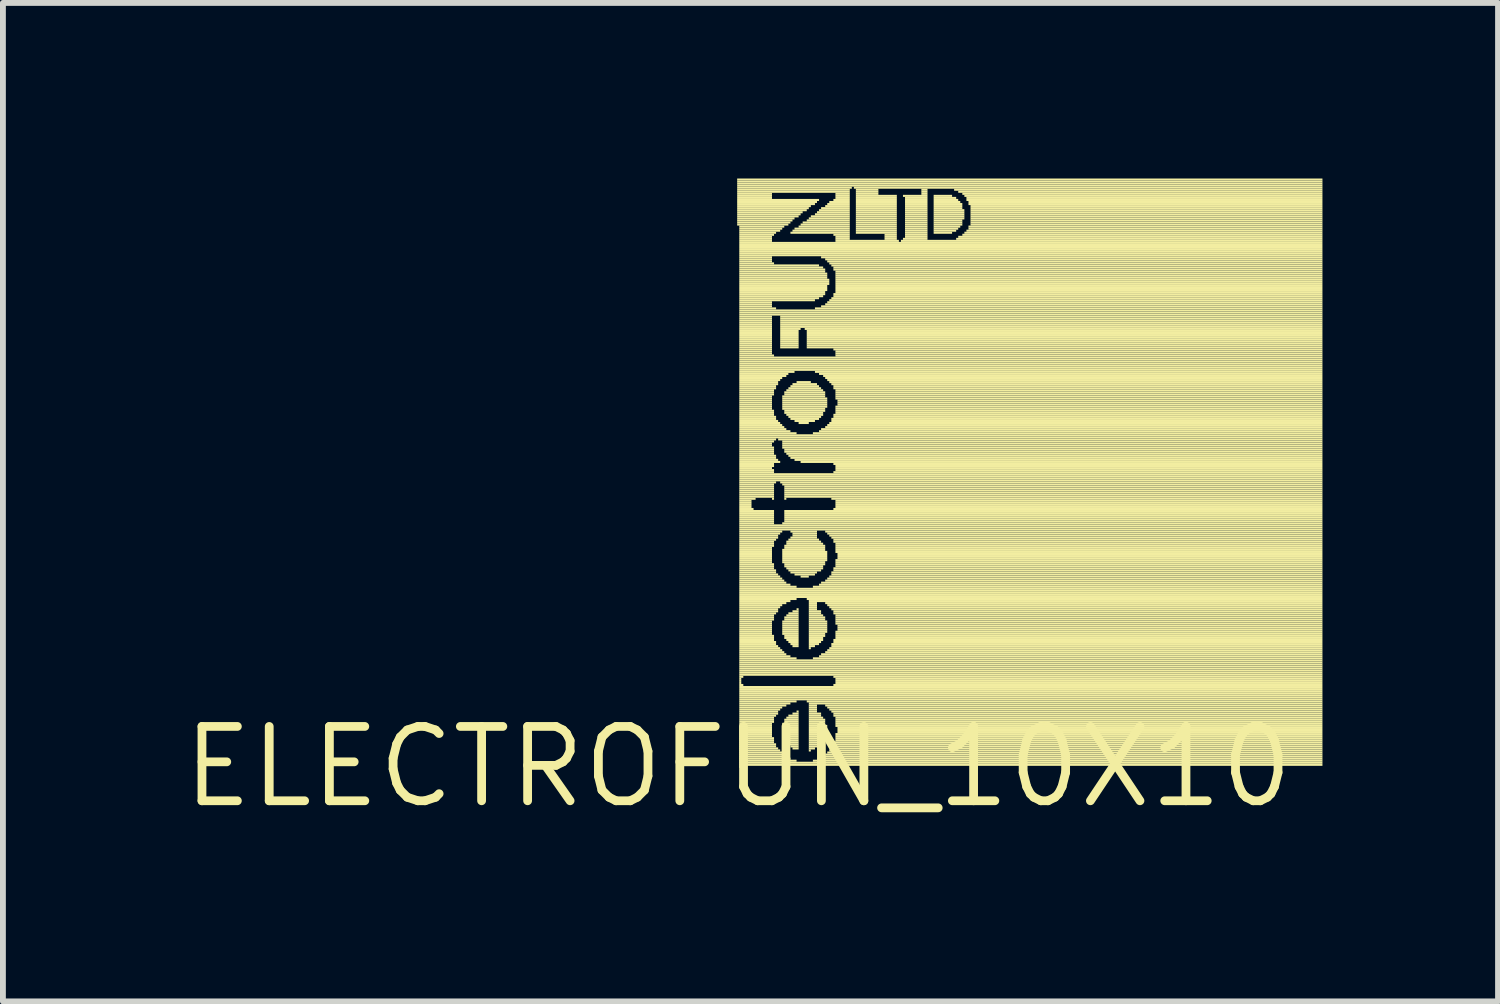
<source format=kicad_pcb>
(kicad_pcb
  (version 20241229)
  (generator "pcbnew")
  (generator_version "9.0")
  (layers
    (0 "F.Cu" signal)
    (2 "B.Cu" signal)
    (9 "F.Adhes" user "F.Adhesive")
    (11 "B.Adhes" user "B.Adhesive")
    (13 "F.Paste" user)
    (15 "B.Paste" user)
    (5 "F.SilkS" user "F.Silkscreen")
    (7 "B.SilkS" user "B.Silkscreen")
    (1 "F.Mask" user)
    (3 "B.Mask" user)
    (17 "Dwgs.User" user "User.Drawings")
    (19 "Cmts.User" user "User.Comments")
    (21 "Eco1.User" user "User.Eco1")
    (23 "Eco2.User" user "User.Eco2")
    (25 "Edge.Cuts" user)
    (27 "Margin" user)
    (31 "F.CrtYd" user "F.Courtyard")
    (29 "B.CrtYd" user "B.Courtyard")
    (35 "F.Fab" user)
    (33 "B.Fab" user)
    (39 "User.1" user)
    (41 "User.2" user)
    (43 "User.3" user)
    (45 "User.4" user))
  (footprint "ELECTROFUN_10X10"
    (layer "F.Cu")
    (at 9.563 10.052)
    (property "Reference" "ELECTROFUN_10X10" (at 0 0 0) (layer "F.SilkS") (effects (font (size 1.27 1.27) (thickness 0.15))))
    (attr through_hole)
    (fp_poly (pts (xy -0.018 -10.017) (xy 9.982 -10.017) (xy 9.982 -10.052) (xy -0.018 -10.052)) (stroke (width 0) (type solid)) (fill yes) (layer "F.SilkS"))
    (fp_poly (pts (xy -0.018 -9.983) (xy 9.982 -9.983) (xy 9.982 -10.017) (xy -0.018 -10.017)) (stroke (width 0) (type solid)) (fill yes) (layer "F.SilkS"))
    (fp_poly (pts (xy -0.018 -9.948) (xy 9.982 -9.948) (xy 9.982 -9.983) (xy -0.018 -9.983)) (stroke (width 0) (type solid)) (fill yes) (layer "F.SilkS"))
    (fp_poly (pts (xy -0.018 -9.913) (xy 9.982 -9.913) (xy 9.982 -9.948) (xy -0.018 -9.948)) (stroke (width 0) (type solid)) (fill yes) (layer "F.SilkS"))
    (fp_poly (pts (xy -0.018 -9.878) (xy 1.941 -9.878) (xy 1.941 -9.913) (xy -0.018 -9.913)) (stroke (width 0) (type solid)) (fill yes) (layer "F.SilkS"))
    (fp_poly (pts (xy -0.018 -9.843) (xy 1.906 -9.843) (xy 1.906 -9.878) (xy -0.018 -9.878)) (stroke (width 0) (type solid)) (fill yes) (layer "F.SilkS"))
    (fp_poly (pts (xy -0.018 -9.808) (xy 1.906 -9.808) (xy 1.906 -9.843) (xy -0.018 -9.843)) (stroke (width 0) (type solid)) (fill yes) (layer "F.SilkS"))
    (fp_poly (pts (xy -0.018 -9.773) (xy 0.577 -9.773) (xy 0.577 -9.808) (xy -0.018 -9.808)) (stroke (width 0) (type solid)) (fill yes) (layer "F.SilkS"))
    (fp_poly (pts (xy -0.018 -9.738) (xy 0.577 -9.738) (xy 0.577 -9.773) (xy -0.018 -9.773)) (stroke (width 0) (type solid)) (fill yes) (layer "F.SilkS"))
    (fp_poly (pts (xy -0.018 -9.703) (xy 0.577 -9.703) (xy 0.577 -9.738) (xy -0.018 -9.738)) (stroke (width 0) (type solid)) (fill yes) (layer "F.SilkS"))
    (fp_poly (pts (xy -0.018 -9.668) (xy 1.381 -9.668) (xy 1.381 -9.703) (xy -0.018 -9.703)) (stroke (width 0) (type solid)) (fill yes) (layer "F.SilkS"))
    (fp_poly (pts (xy -0.018 -9.633) (xy 1.346 -9.633) (xy 1.346 -9.668) (xy -0.018 -9.668)) (stroke (width 0) (type solid)) (fill yes) (layer "F.SilkS"))
    (fp_poly (pts (xy -0.018 -9.598) (xy 1.311 -9.598) (xy 1.311 -9.633) (xy -0.018 -9.633)) (stroke (width 0) (type solid)) (fill yes) (layer "F.SilkS"))
    (fp_poly (pts (xy -0.018 -9.563) (xy 1.241 -9.563) (xy 1.241 -9.598) (xy -0.018 -9.598)) (stroke (width 0) (type solid)) (fill yes) (layer "F.SilkS"))
    (fp_poly (pts (xy -0.018 -9.528) (xy 1.206 -9.528) (xy 1.206 -9.563) (xy -0.018 -9.563)) (stroke (width 0) (type solid)) (fill yes) (layer "F.SilkS"))
    (fp_poly (pts (xy -0.018 -9.493) (xy 1.171 -9.493) (xy 1.171 -9.528) (xy -0.018 -9.528)) (stroke (width 0) (type solid)) (fill yes) (layer "F.SilkS"))
    (fp_poly (pts (xy -0.018 -9.458) (xy 1.101 -9.458) (xy 1.101 -9.493) (xy -0.018 -9.493)) (stroke (width 0) (type solid)) (fill yes) (layer "F.SilkS"))
    (fp_poly (pts (xy -0.018 -9.423) (xy 1.066 -9.423) (xy 1.066 -9.458) (xy -0.018 -9.458)) (stroke (width 0) (type solid)) (fill yes) (layer "F.SilkS"))
    (fp_poly (pts (xy -0.018 -9.388) (xy 1.032 -9.388) (xy 1.032 -9.423) (xy -0.018 -9.423)) (stroke (width 0) (type solid)) (fill yes) (layer "F.SilkS"))
    (fp_poly (pts (xy -0.018 -9.353) (xy 0.962 -9.353) (xy 0.962 -9.388) (xy -0.018 -9.388)) (stroke (width 0) (type solid)) (fill yes) (layer "F.SilkS"))
    (fp_poly (pts (xy -0.018 -9.318) (xy 0.927 -9.318) (xy 0.927 -9.353) (xy -0.018 -9.353)) (stroke (width 0) (type solid)) (fill yes) (layer "F.SilkS"))
    (fp_poly (pts (xy -0.018 -9.283) (xy 0.892 -9.283) (xy 0.892 -9.318) (xy -0.018 -9.318)) (stroke (width 0) (type solid)) (fill yes) (layer "F.SilkS"))
    (fp_poly (pts (xy -0.018 -9.248) (xy 0.857 -9.248) (xy 0.857 -9.283) (xy -0.018 -9.283)) (stroke (width 0) (type solid)) (fill yes) (layer "F.SilkS"))
    (fp_poly (pts (xy 0.018 -9.213) (xy 0.787 -9.213) (xy 0.787 -9.248) (xy 0.018 -9.248)) (stroke (width 0) (type solid)) (fill yes) (layer "F.SilkS"))
    (fp_poly (pts (xy 0.018 -9.178) (xy 0.752 -9.178) (xy 0.752 -9.213) (xy 0.018 -9.213)) (stroke (width 0) (type solid)) (fill yes) (layer "F.SilkS"))
    (fp_poly (pts (xy 0.018 -9.143) (xy 0.717 -9.143) (xy 0.717 -9.178) (xy 0.018 -9.178)) (stroke (width 0) (type solid)) (fill yes) (layer "F.SilkS"))
    (fp_poly (pts (xy 0.018 -9.108) (xy 0.647 -9.108) (xy 0.647 -9.143) (xy 0.018 -9.143)) (stroke (width 0) (type solid)) (fill yes) (layer "F.SilkS"))
    (fp_poly (pts (xy 0.018 -9.073) (xy 0.612 -9.073) (xy 0.612 -9.108) (xy 0.018 -9.108)) (stroke (width 0) (type solid)) (fill yes) (layer "F.SilkS"))
    (fp_poly (pts (xy 0.018 -9.038) (xy 0.577 -9.038) (xy 0.577 -9.073) (xy 0.018 -9.073)) (stroke (width 0) (type solid)) (fill yes) (layer "F.SilkS"))
    (fp_poly (pts (xy 0.018 -9.004) (xy 0.577 -9.004) (xy 0.577 -9.038) (xy 0.018 -9.038)) (stroke (width 0) (type solid)) (fill yes) (layer "F.SilkS"))
    (fp_poly (pts (xy 0.018 -8.969) (xy 0.577 -8.969) (xy 0.577 -9.004) (xy 0.018 -9.004)) (stroke (width 0) (type solid)) (fill yes) (layer "F.SilkS"))
    (fp_poly (pts (xy 0.018 -8.934) (xy 9.982 -8.934) (xy 9.982 -8.969) (xy 0.018 -8.969)) (stroke (width 0) (type solid)) (fill yes) (layer "F.SilkS"))
    (fp_poly (pts (xy 0.018 -8.899) (xy 9.982 -8.899) (xy 9.982 -8.934) (xy 0.018 -8.934)) (stroke (width 0) (type solid)) (fill yes) (layer "F.SilkS"))
    (fp_poly (pts (xy 0.018 -8.864) (xy 9.982 -8.864) (xy 9.982 -8.899) (xy 0.018 -8.899)) (stroke (width 0) (type solid)) (fill yes) (layer "F.SilkS"))
    (fp_poly (pts (xy 0.018 -8.829) (xy 9.982 -8.829) (xy 9.982 -8.864) (xy 0.018 -8.864)) (stroke (width 0) (type solid)) (fill yes) (layer "F.SilkS"))
    (fp_poly (pts (xy 0.018 -8.794) (xy 9.982 -8.794) (xy 9.982 -8.829) (xy 0.018 -8.829)) (stroke (width 0) (type solid)) (fill yes) (layer "F.SilkS"))
    (fp_poly (pts (xy 0.018 -8.759) (xy 9.982 -8.759) (xy 9.982 -8.794) (xy 0.018 -8.794)) (stroke (width 0) (type solid)) (fill yes) (layer "F.SilkS"))
    (fp_poly (pts (xy 0.018 -8.724) (xy 9.982 -8.724) (xy 9.982 -8.759) (xy 0.018 -8.759)) (stroke (width 0) (type solid)) (fill yes) (layer "F.SilkS"))
    (fp_poly (pts (xy 0.018 -8.689) (xy 0.577 -8.689) (xy 0.577 -8.724) (xy 0.018 -8.724)) (stroke (width 0) (type solid)) (fill yes) (layer "F.SilkS"))
    (fp_poly (pts (xy 0.018 -8.654) (xy 0.577 -8.654) (xy 0.577 -8.689) (xy 0.018 -8.689)) (stroke (width 0) (type solid)) (fill yes) (layer "F.SilkS"))
    (fp_poly (pts (xy 0.018 -8.619) (xy 0.577 -8.619) (xy 0.577 -8.654) (xy 0.018 -8.654)) (stroke (width 0) (type solid)) (fill yes) (layer "F.SilkS"))
    (fp_poly (pts (xy 0.018 -8.584) (xy 0.612 -8.584) (xy 0.612 -8.619) (xy 0.018 -8.619)) (stroke (width 0) (type solid)) (fill yes) (layer "F.SilkS"))
    (fp_poly (pts (xy 0.018 -8.549) (xy 1.381 -8.549) (xy 1.381 -8.584) (xy 0.018 -8.584)) (stroke (width 0) (type solid)) (fill yes) (layer "F.SilkS"))
    (fp_poly (pts (xy 0.018 -8.514) (xy 1.451 -8.514) (xy 1.451 -8.549) (xy 0.018 -8.549)) (stroke (width 0) (type solid)) (fill yes) (layer "F.SilkS"))
    (fp_poly (pts (xy 0.018 -8.479) (xy 1.486 -8.479) (xy 1.486 -8.514) (xy 0.018 -8.514)) (stroke (width 0) (type solid)) (fill yes) (layer "F.SilkS"))
    (fp_poly (pts (xy 0.018 -8.444) (xy 1.486 -8.444) (xy 1.486 -8.479) (xy 0.018 -8.479)) (stroke (width 0) (type solid)) (fill yes) (layer "F.SilkS"))
    (fp_poly (pts (xy 0.018 -8.409) (xy 1.521 -8.409) (xy 1.521 -8.444) (xy 0.018 -8.444)) (stroke (width 0) (type solid)) (fill yes) (layer "F.SilkS"))
    (fp_poly (pts (xy 0.018 -8.374) (xy 1.521 -8.374) (xy 1.521 -8.409) (xy 0.018 -8.409)) (stroke (width 0) (type solid)) (fill yes) (layer "F.SilkS"))
    (fp_poly (pts (xy 0.018 -8.339) (xy 1.521 -8.339) (xy 1.521 -8.374) (xy 0.018 -8.374)) (stroke (width 0) (type solid)) (fill yes) (layer "F.SilkS"))
    (fp_poly (pts (xy 0.018 -8.304) (xy 1.556 -8.304) (xy 1.556 -8.339) (xy 0.018 -8.339)) (stroke (width 0) (type solid)) (fill yes) (layer "F.SilkS"))
    (fp_poly (pts (xy 0.018 -8.269) (xy 1.556 -8.269) (xy 1.556 -8.304) (xy 0.018 -8.304)) (stroke (width 0) (type solid)) (fill yes) (layer "F.SilkS"))
    (fp_poly (pts (xy 0.018 -8.234) (xy 1.556 -8.234) (xy 1.556 -8.269) (xy 0.018 -8.269)) (stroke (width 0) (type solid)) (fill yes) (layer "F.SilkS"))
    (fp_poly (pts (xy 0.018 -8.199) (xy 1.521 -8.199) (xy 1.521 -8.234) (xy 0.018 -8.234)) (stroke (width 0) (type solid)) (fill yes) (layer "F.SilkS"))
    (fp_poly (pts (xy 0.018 -8.164) (xy 1.521 -8.164) (xy 1.521 -8.199) (xy 0.018 -8.199)) (stroke (width 0) (type solid)) (fill yes) (layer "F.SilkS"))
    (fp_poly (pts (xy 0.018 -8.129) (xy 1.521 -8.129) (xy 1.521 -8.164) (xy 0.018 -8.164)) (stroke (width 0) (type solid)) (fill yes) (layer "F.SilkS"))
    (fp_poly (pts (xy 0.018 -8.094) (xy 1.486 -8.094) (xy 1.486 -8.129) (xy 0.018 -8.129)) (stroke (width 0) (type solid)) (fill yes) (layer "F.SilkS"))
    (fp_poly (pts (xy 0.018 -8.059) (xy 1.486 -8.059) (xy 1.486 -8.094) (xy 0.018 -8.094)) (stroke (width 0) (type solid)) (fill yes) (layer "F.SilkS"))
    (fp_poly (pts (xy 0.018 -8.024) (xy 1.451 -8.024) (xy 1.451 -8.059) (xy 0.018 -8.059)) (stroke (width 0) (type solid)) (fill yes) (layer "F.SilkS"))
    (fp_poly (pts (xy 0.018 -7.99) (xy 1.381 -7.99) (xy 1.381 -8.024) (xy 0.018 -8.024)) (stroke (width 0) (type solid)) (fill yes) (layer "F.SilkS"))
    (fp_poly (pts (xy 0.018 -7.955) (xy 1.311 -7.955) (xy 1.311 -7.99) (xy 0.018 -7.99)) (stroke (width 0) (type solid)) (fill yes) (layer "F.SilkS"))
    (fp_poly (pts (xy 0.018 -7.92) (xy 0.577 -7.92) (xy 0.577 -7.955) (xy 0.018 -7.955)) (stroke (width 0) (type solid)) (fill yes) (layer "F.SilkS"))
    (fp_poly (pts (xy 0.018 -7.885) (xy 0.577 -7.885) (xy 0.577 -7.92) (xy 0.018 -7.92)) (stroke (width 0) (type solid)) (fill yes) (layer "F.SilkS"))
    (fp_poly (pts (xy 0.018 -7.85) (xy 0.577 -7.85) (xy 0.577 -7.885) (xy 0.018 -7.885)) (stroke (width 0) (type solid)) (fill yes) (layer "F.SilkS"))
    (fp_poly (pts (xy 0.018 -7.815) (xy 0.647 -7.815) (xy 0.647 -7.85) (xy 0.018 -7.85)) (stroke (width 0) (type solid)) (fill yes) (layer "F.SilkS"))
    (fp_poly (pts (xy 0.018 -7.78) (xy 9.982 -7.78) (xy 9.982 -7.815) (xy 0.018 -7.815)) (stroke (width 0) (type solid)) (fill yes) (layer "F.SilkS"))
    (fp_poly (pts (xy 0.018 -7.745) (xy 9.982 -7.745) (xy 9.982 -7.78) (xy 0.018 -7.78)) (stroke (width 0) (type solid)) (fill yes) (layer "F.SilkS"))
    (fp_poly (pts (xy 0.018 -7.71) (xy 9.982 -7.71) (xy 9.982 -7.745) (xy 0.018 -7.745)) (stroke (width 0) (type solid)) (fill yes) (layer "F.SilkS"))
    (fp_poly (pts (xy 0.018 -7.675) (xy 0.577 -7.675) (xy 0.577 -7.71) (xy 0.018 -7.71)) (stroke (width 0) (type solid)) (fill yes) (layer "F.SilkS"))
    (fp_poly (pts (xy 0.018 -7.64) (xy 0.577 -7.64) (xy 0.577 -7.675) (xy 0.018 -7.675)) (stroke (width 0) (type solid)) (fill yes) (layer "F.SilkS"))
    (fp_poly (pts (xy 0.018 -7.605) (xy 0.577 -7.605) (xy 0.577 -7.64) (xy 0.018 -7.64)) (stroke (width 0) (type solid)) (fill yes) (layer "F.SilkS"))
    (fp_poly (pts (xy 0.018 -7.57) (xy 0.577 -7.57) (xy 0.577 -7.605) (xy 0.018 -7.605)) (stroke (width 0) (type solid)) (fill yes) (layer "F.SilkS"))
    (fp_poly (pts (xy 0.018 -7.535) (xy 0.577 -7.535) (xy 0.577 -7.57) (xy 0.018 -7.57)) (stroke (width 0) (type solid)) (fill yes) (layer "F.SilkS"))
    (fp_poly (pts (xy 0.018 -7.5) (xy 0.577 -7.5) (xy 0.577 -7.535) (xy 0.018 -7.535)) (stroke (width 0) (type solid)) (fill yes) (layer "F.SilkS"))
    (fp_poly (pts (xy 0.018 -7.465) (xy 0.577 -7.465) (xy 0.577 -7.5) (xy 0.018 -7.5)) (stroke (width 0) (type solid)) (fill yes) (layer "F.SilkS"))
    (fp_poly (pts (xy 0.018 -7.43) (xy 0.577 -7.43) (xy 0.577 -7.465) (xy 0.018 -7.465)) (stroke (width 0) (type solid)) (fill yes) (layer "F.SilkS"))
    (fp_poly (pts (xy 0.018 -7.395) (xy 0.577 -7.395) (xy 0.577 -7.43) (xy 0.018 -7.43)) (stroke (width 0) (type solid)) (fill yes) (layer "F.SilkS"))
    (fp_poly (pts (xy 0.018 -7.36) (xy 0.577 -7.36) (xy 0.577 -7.395) (xy 0.018 -7.395)) (stroke (width 0) (type solid)) (fill yes) (layer "F.SilkS"))
    (fp_poly (pts (xy 0.018 -7.325) (xy 0.577 -7.325) (xy 0.577 -7.36) (xy 0.018 -7.36)) (stroke (width 0) (type solid)) (fill yes) (layer "F.SilkS"))
    (fp_poly (pts (xy 0.018 -7.29) (xy 0.577 -7.29) (xy 0.577 -7.325) (xy 0.018 -7.325)) (stroke (width 0) (type solid)) (fill yes) (layer "F.SilkS"))
    (fp_poly (pts (xy 0.018 -7.255) (xy 0.577 -7.255) (xy 0.577 -7.29) (xy 0.018 -7.29)) (stroke (width 0) (type solid)) (fill yes) (layer "F.SilkS"))
    (fp_poly (pts (xy 0.018 -7.22) (xy 0.577 -7.22) (xy 0.577 -7.255) (xy 0.018 -7.255)) (stroke (width 0) (type solid)) (fill yes) (layer "F.SilkS"))
    (fp_poly (pts (xy 0.018 -7.185) (xy 0.577 -7.185) (xy 0.577 -7.22) (xy 0.018 -7.22)) (stroke (width 0) (type solid)) (fill yes) (layer "F.SilkS"))
    (fp_poly (pts (xy 0.018 -7.15) (xy 0.577 -7.15) (xy 0.577 -7.185) (xy 0.018 -7.185)) (stroke (width 0) (type solid)) (fill yes) (layer "F.SilkS"))
    (fp_poly (pts (xy 0.018 -7.115) (xy 0.577 -7.115) (xy 0.577 -7.15) (xy 0.018 -7.15)) (stroke (width 0) (type solid)) (fill yes) (layer "F.SilkS"))
    (fp_poly (pts (xy 0.018 -7.08) (xy 0.577 -7.08) (xy 0.577 -7.115) (xy 0.018 -7.115)) (stroke (width 0) (type solid)) (fill yes) (layer "F.SilkS"))
    (fp_poly (pts (xy 0.018 -7.045) (xy 0.577 -7.045) (xy 0.577 -7.08) (xy 0.018 -7.08)) (stroke (width 0) (type solid)) (fill yes) (layer "F.SilkS"))
    (fp_poly (pts (xy 0.018 -7.01) (xy 0.612 -7.01) (xy 0.612 -7.045) (xy 0.018 -7.045)) (stroke (width 0) (type solid)) (fill yes) (layer "F.SilkS"))
    (fp_poly (pts (xy 0.018 -6.976) (xy 9.982 -6.976) (xy 9.982 -7.01) (xy 0.018 -7.01)) (stroke (width 0) (type solid)) (fill yes) (layer "F.SilkS"))
    (fp_poly (pts (xy 0.018 -6.941) (xy 9.982 -6.941) (xy 9.982 -6.976) (xy 0.018 -6.976)) (stroke (width 0) (type solid)) (fill yes) (layer "F.SilkS"))
    (fp_poly (pts (xy 0.018 -6.906) (xy 9.982 -6.906) (xy 9.982 -6.941) (xy 0.018 -6.941)) (stroke (width 0) (type solid)) (fill yes) (layer "F.SilkS"))
    (fp_poly (pts (xy 0.018 -6.871) (xy 9.982 -6.871) (xy 9.982 -6.906) (xy 0.018 -6.906)) (stroke (width 0) (type solid)) (fill yes) (layer "F.SilkS"))
    (fp_poly (pts (xy 0.018 -6.836) (xy 9.982 -6.836) (xy 9.982 -6.871) (xy 0.018 -6.871)) (stroke (width 0) (type solid)) (fill yes) (layer "F.SilkS"))
    (fp_poly (pts (xy 0.018 -6.801) (xy 9.982 -6.801) (xy 9.982 -6.836) (xy 0.018 -6.836)) (stroke (width 0) (type solid)) (fill yes) (layer "F.SilkS"))
    (fp_poly (pts (xy 0.018 -6.766) (xy 9.982 -6.766) (xy 9.982 -6.801) (xy 0.018 -6.801)) (stroke (width 0) (type solid)) (fill yes) (layer "F.SilkS"))
    (fp_poly (pts (xy 0.018 -6.731) (xy 0.962 -6.731) (xy 0.962 -6.766) (xy 0.018 -6.766)) (stroke (width 0) (type solid)) (fill yes) (layer "F.SilkS"))
    (fp_poly (pts (xy 0.018 -6.696) (xy 0.857 -6.696) (xy 0.857 -6.731) (xy 0.018 -6.731)) (stroke (width 0) (type solid)) (fill yes) (layer "F.SilkS"))
    (fp_poly (pts (xy 0.018 -6.661) (xy 0.822 -6.661) (xy 0.822 -6.696) (xy 0.018 -6.696)) (stroke (width 0) (type solid)) (fill yes) (layer "F.SilkS"))
    (fp_poly (pts (xy 0.018 -6.626) (xy 0.752 -6.626) (xy 0.752 -6.661) (xy 0.018 -6.661)) (stroke (width 0) (type solid)) (fill yes) (layer "F.SilkS"))
    (fp_poly (pts (xy 0.018 -6.591) (xy 0.717 -6.591) (xy 0.717 -6.626) (xy 0.018 -6.626)) (stroke (width 0) (type solid)) (fill yes) (layer "F.SilkS"))
    (fp_poly (pts (xy 0.018 -6.556) (xy 0.682 -6.556) (xy 0.682 -6.591) (xy 0.018 -6.591)) (stroke (width 0) (type solid)) (fill yes) (layer "F.SilkS"))
    (fp_poly (pts (xy 0.018 -6.521) (xy 0.682 -6.521) (xy 0.682 -6.556) (xy 0.018 -6.556)) (stroke (width 0) (type solid)) (fill yes) (layer "F.SilkS"))
    (fp_poly (pts (xy 0.018 -6.486) (xy 0.647 -6.486) (xy 0.647 -6.521) (xy 0.018 -6.521)) (stroke (width 0) (type solid)) (fill yes) (layer "F.SilkS"))
    (fp_poly (pts (xy 0.018 -6.451) (xy 0.647 -6.451) (xy 0.647 -6.486) (xy 0.018 -6.486)) (stroke (width 0) (type solid)) (fill yes) (layer "F.SilkS"))
    (fp_poly (pts (xy 0.018 -6.416) (xy 0.612 -6.416) (xy 0.612 -6.451) (xy 0.018 -6.451)) (stroke (width 0) (type solid)) (fill yes) (layer "F.SilkS"))
    (fp_poly (pts (xy 0.018 -6.381) (xy 0.612 -6.381) (xy 0.612 -6.416) (xy 0.018 -6.416)) (stroke (width 0) (type solid)) (fill yes) (layer "F.SilkS"))
    (fp_poly (pts (xy 0.018 -6.346) (xy 0.612 -6.346) (xy 0.612 -6.381) (xy 0.018 -6.381)) (stroke (width 0) (type solid)) (fill yes) (layer "F.SilkS"))
    (fp_poly (pts (xy 0.018 -6.311) (xy 0.577 -6.311) (xy 0.577 -6.346) (xy 0.018 -6.346)) (stroke (width 0) (type solid)) (fill yes) (layer "F.SilkS"))
    (fp_poly (pts (xy 0.018 -6.276) (xy 0.577 -6.276) (xy 0.577 -6.311) (xy 0.018 -6.311)) (stroke (width 0) (type solid)) (fill yes) (layer "F.SilkS"))
    (fp_poly (pts (xy 0.018 -6.241) (xy 0.577 -6.241) (xy 0.577 -6.276) (xy 0.018 -6.276)) (stroke (width 0) (type solid)) (fill yes) (layer "F.SilkS"))
    (fp_poly (pts (xy 0.018 -6.206) (xy 0.577 -6.206) (xy 0.577 -6.241) (xy 0.018 -6.241)) (stroke (width 0) (type solid)) (fill yes) (layer "F.SilkS"))
    (fp_poly (pts (xy 0.018 -6.171) (xy 0.577 -6.171) (xy 0.577 -6.206) (xy 0.018 -6.206)) (stroke (width 0) (type solid)) (fill yes) (layer "F.SilkS"))
    (fp_poly (pts (xy 0.018 -6.136) (xy 0.577 -6.136) (xy 0.577 -6.171) (xy 0.018 -6.171)) (stroke (width 0) (type solid)) (fill yes) (layer "F.SilkS"))
    (fp_poly (pts (xy 0.018 -6.101) (xy 0.577 -6.101) (xy 0.577 -6.136) (xy 0.018 -6.136)) (stroke (width 0) (type solid)) (fill yes) (layer "F.SilkS"))
    (fp_poly (pts (xy 0.018 -6.066) (xy 0.612 -6.066) (xy 0.612 -6.101) (xy 0.018 -6.101)) (stroke (width 0) (type solid)) (fill yes) (layer "F.SilkS"))
    (fp_poly (pts (xy 0.018 -6.031) (xy 0.612 -6.031) (xy 0.612 -6.066) (xy 0.018 -6.066)) (stroke (width 0) (type solid)) (fill yes) (layer "F.SilkS"))
    (fp_poly (pts (xy 0.018 -5.997) (xy 0.612 -5.997) (xy 0.612 -6.031) (xy 0.018 -6.031)) (stroke (width 0) (type solid)) (fill yes) (layer "F.SilkS"))
    (fp_poly (pts (xy 0.018 -5.962) (xy 0.647 -5.962) (xy 0.647 -5.997) (xy 0.018 -5.997)) (stroke (width 0) (type solid)) (fill yes) (layer "F.SilkS"))
    (fp_poly (pts (xy 0.018 -5.927) (xy 0.647 -5.927) (xy 0.647 -5.962) (xy 0.018 -5.962)) (stroke (width 0) (type solid)) (fill yes) (layer "F.SilkS"))
    (fp_poly (pts (xy 0.018 -5.892) (xy 0.682 -5.892) (xy 0.682 -5.927) (xy 0.018 -5.927)) (stroke (width 0) (type solid)) (fill yes) (layer "F.SilkS"))
    (fp_poly (pts (xy 0.018 -5.857) (xy 0.717 -5.857) (xy 0.717 -5.892) (xy 0.018 -5.892)) (stroke (width 0) (type solid)) (fill yes) (layer "F.SilkS"))
    (fp_poly (pts (xy 0.018 -5.822) (xy 0.752 -5.822) (xy 0.752 -5.857) (xy 0.018 -5.857)) (stroke (width 0) (type solid)) (fill yes) (layer "F.SilkS"))
    (fp_poly (pts (xy 0.018 -5.787) (xy 0.787 -5.787) (xy 0.787 -5.822) (xy 0.018 -5.822)) (stroke (width 0) (type solid)) (fill yes) (layer "F.SilkS"))
    (fp_poly (pts (xy 0.018 -5.752) (xy 0.822 -5.752) (xy 0.822 -5.787) (xy 0.018 -5.787)) (stroke (width 0) (type solid)) (fill yes) (layer "F.SilkS"))
    (fp_poly (pts (xy 0.018 -5.717) (xy 0.892 -5.717) (xy 0.892 -5.752) (xy 0.018 -5.752)) (stroke (width 0) (type solid)) (fill yes) (layer "F.SilkS"))
    (fp_poly (pts (xy 0.018 -5.682) (xy 0.997 -5.682) (xy 0.997 -5.717) (xy 0.018 -5.717)) (stroke (width 0) (type solid)) (fill yes) (layer "F.SilkS"))
    (fp_poly (pts (xy 0.018 -5.647) (xy 9.982 -5.647) (xy 9.982 -5.682) (xy 0.018 -5.682)) (stroke (width 0) (type solid)) (fill yes) (layer "F.SilkS"))
    (fp_poly (pts (xy 0.018 -5.612) (xy 9.982 -5.612) (xy 9.982 -5.647) (xy 0.018 -5.647)) (stroke (width 0) (type solid)) (fill yes) (layer "F.SilkS"))
    (fp_poly (pts (xy 0.018 -5.577) (xy 0.647 -5.577) (xy 0.647 -5.612) (xy 0.018 -5.612)) (stroke (width 0) (type solid)) (fill yes) (layer "F.SilkS"))
    (fp_poly (pts (xy 0.018 -5.542) (xy 0.612 -5.542) (xy 0.612 -5.577) (xy 0.018 -5.577)) (stroke (width 0) (type solid)) (fill yes) (layer "F.SilkS"))
    (fp_poly (pts (xy 0.018 -5.507) (xy 0.577 -5.507) (xy 0.577 -5.542) (xy 0.018 -5.542)) (stroke (width 0) (type solid)) (fill yes) (layer "F.SilkS"))
    (fp_poly (pts (xy 0.018 -5.472) (xy 0.577 -5.472) (xy 0.577 -5.507) (xy 0.018 -5.507)) (stroke (width 0) (type solid)) (fill yes) (layer "F.SilkS"))
    (fp_poly (pts (xy 0.018 -5.437) (xy 0.612 -5.437) (xy 0.612 -5.472) (xy 0.018 -5.472)) (stroke (width 0) (type solid)) (fill yes) (layer "F.SilkS"))
    (fp_poly (pts (xy 0.018 -5.402) (xy 0.612 -5.402) (xy 0.612 -5.437) (xy 0.018 -5.437)) (stroke (width 0) (type solid)) (fill yes) (layer "F.SilkS"))
    (fp_poly (pts (xy 0.018 -5.367) (xy 0.612 -5.367) (xy 0.612 -5.402) (xy 0.018 -5.402)) (stroke (width 0) (type solid)) (fill yes) (layer "F.SilkS"))
    (fp_poly (pts (xy 0.018 -5.332) (xy 0.612 -5.332) (xy 0.612 -5.367) (xy 0.018 -5.367)) (stroke (width 0) (type solid)) (fill yes) (layer "F.SilkS"))
    (fp_poly (pts (xy 0.018 -5.297) (xy 0.647 -5.297) (xy 0.647 -5.332) (xy 0.018 -5.332)) (stroke (width 0) (type solid)) (fill yes) (layer "F.SilkS"))
    (fp_poly (pts (xy 0.018 -5.262) (xy 0.647 -5.262) (xy 0.647 -5.297) (xy 0.018 -5.297)) (stroke (width 0) (type solid)) (fill yes) (layer "F.SilkS"))
    (fp_poly (pts (xy 0.018 -5.227) (xy 0.682 -5.227) (xy 0.682 -5.262) (xy 0.018 -5.262)) (stroke (width 0) (type solid)) (fill yes) (layer "F.SilkS"))
    (fp_poly (pts (xy 0.018 -5.192) (xy 0.717 -5.192) (xy 0.717 -5.227) (xy 0.018 -5.227)) (stroke (width 0) (type solid)) (fill yes) (layer "F.SilkS"))
    (fp_poly (pts (xy 0.018 -5.157) (xy 0.612 -5.157) (xy 0.612 -5.192) (xy 0.018 -5.192)) (stroke (width 0) (type solid)) (fill yes) (layer "F.SilkS"))
    (fp_poly (pts (xy 0.018 -5.122) (xy 0.612 -5.122) (xy 0.612 -5.157) (xy 0.018 -5.157)) (stroke (width 0) (type solid)) (fill yes) (layer "F.SilkS"))
    (fp_poly (pts (xy 0.018 -5.087) (xy 0.577 -5.087) (xy 0.577 -5.122) (xy 0.018 -5.122)) (stroke (width 0) (type solid)) (fill yes) (layer "F.SilkS"))
    (fp_poly (pts (xy 0.018 -5.052) (xy 0.612 -5.052) (xy 0.612 -5.087) (xy 0.018 -5.087)) (stroke (width 0) (type solid)) (fill yes) (layer "F.SilkS"))
    (fp_poly (pts (xy 0.018 -5.017) (xy 0.612 -5.017) (xy 0.612 -5.052) (xy 0.018 -5.052)) (stroke (width 0) (type solid)) (fill yes) (layer "F.SilkS"))
    (fp_poly (pts (xy 0.018 -4.983) (xy 9.982 -4.983) (xy 9.982 -5.017) (xy 0.018 -5.017)) (stroke (width 0) (type solid)) (fill yes) (layer "F.SilkS"))
    (fp_poly (pts (xy 0.018 -4.948) (xy 9.982 -4.948) (xy 9.982 -4.983) (xy 0.018 -4.983)) (stroke (width 0) (type solid)) (fill yes) (layer "F.SilkS"))
    (fp_poly (pts (xy 0.018 -4.913) (xy 9.982 -4.913) (xy 9.982 -4.948) (xy 0.018 -4.948)) (stroke (width 0) (type solid)) (fill yes) (layer "F.SilkS"))
    (fp_poly (pts (xy 0.018 -4.878) (xy 9.982 -4.878) (xy 9.982 -4.913) (xy 0.018 -4.913)) (stroke (width 0) (type solid)) (fill yes) (layer "F.SilkS"))
    (fp_poly (pts (xy 0.018 -4.843) (xy 0.647 -4.843) (xy 0.647 -4.878) (xy 0.018 -4.878)) (stroke (width 0) (type solid)) (fill yes) (layer "F.SilkS"))
    (fp_poly (pts (xy 0.018 -4.808) (xy 0.612 -4.808) (xy 0.612 -4.843) (xy 0.018 -4.843)) (stroke (width 0) (type solid)) (fill yes) (layer "F.SilkS"))
    (fp_poly (pts (xy 0.018 -4.773) (xy 0.612 -4.773) (xy 0.612 -4.808) (xy 0.018 -4.808)) (stroke (width 0) (type solid)) (fill yes) (layer "F.SilkS"))
    (fp_poly (pts (xy 0.018 -4.738) (xy 0.612 -4.738) (xy 0.612 -4.773) (xy 0.018 -4.773)) (stroke (width 0) (type solid)) (fill yes) (layer "F.SilkS"))
    (fp_poly (pts (xy 0.018 -4.703) (xy 0.612 -4.703) (xy 0.612 -4.738) (xy 0.018 -4.738)) (stroke (width 0) (type solid)) (fill yes) (layer "F.SilkS"))
    (fp_poly (pts (xy 0.018 -4.668) (xy 0.612 -4.668) (xy 0.612 -4.703) (xy 0.018 -4.703)) (stroke (width 0) (type solid)) (fill yes) (layer "F.SilkS"))
    (fp_poly (pts (xy 0.018 -4.633) (xy 0.612 -4.633) (xy 0.612 -4.668) (xy 0.018 -4.668)) (stroke (width 0) (type solid)) (fill yes) (layer "F.SilkS"))
    (fp_poly (pts (xy 0.018 -4.598) (xy 0.612 -4.598) (xy 0.612 -4.633) (xy 0.018 -4.633)) (stroke (width 0) (type solid)) (fill yes) (layer "F.SilkS"))
    (fp_poly (pts (xy 0.018 -4.563) (xy 0.297 -4.563) (xy 0.297 -4.598) (xy 0.018 -4.598)) (stroke (width 0) (type solid)) (fill yes) (layer "F.SilkS"))
    (fp_poly (pts (xy 0.018 -4.528) (xy 0.227 -4.528) (xy 0.227 -4.563) (xy 0.018 -4.563)) (stroke (width 0) (type solid)) (fill yes) (layer "F.SilkS"))
    (fp_poly (pts (xy 0.018 -4.493) (xy 0.227 -4.493) (xy 0.227 -4.528) (xy 0.018 -4.528)) (stroke (width 0) (type solid)) (fill yes) (layer "F.SilkS"))
    (fp_poly (pts (xy 0.018 -4.458) (xy 0.227 -4.458) (xy 0.227 -4.493) (xy 0.018 -4.493)) (stroke (width 0) (type solid)) (fill yes) (layer "F.SilkS"))
    (fp_poly (pts (xy 0.018 -4.423) (xy 0.227 -4.423) (xy 0.227 -4.458) (xy 0.018 -4.458)) (stroke (width 0) (type solid)) (fill yes) (layer "F.SilkS"))
    (fp_poly (pts (xy 0.018 -4.388) (xy 0.262 -4.388) (xy 0.262 -4.423) (xy 0.018 -4.423)) (stroke (width 0) (type solid)) (fill yes) (layer "F.SilkS"))
    (fp_poly (pts (xy 0.018 -4.353) (xy 0.612 -4.353) (xy 0.612 -4.388) (xy 0.018 -4.388)) (stroke (width 0) (type solid)) (fill yes) (layer "F.SilkS"))
    (fp_poly (pts (xy 0.018 -4.318) (xy 0.612 -4.318) (xy 0.612 -4.353) (xy 0.018 -4.353)) (stroke (width 0) (type solid)) (fill yes) (layer "F.SilkS"))
    (fp_poly (pts (xy 0.018 -4.283) (xy 0.612 -4.283) (xy 0.612 -4.318) (xy 0.018 -4.318)) (stroke (width 0) (type solid)) (fill yes) (layer "F.SilkS"))
    (fp_poly (pts (xy 0.018 -4.248) (xy 0.612 -4.248) (xy 0.612 -4.283) (xy 0.018 -4.283)) (stroke (width 0) (type solid)) (fill yes) (layer "F.SilkS"))
    (fp_poly (pts (xy 0.018 -4.213) (xy 0.612 -4.213) (xy 0.612 -4.248) (xy 0.018 -4.248)) (stroke (width 0) (type solid)) (fill yes) (layer "F.SilkS"))
    (fp_poly (pts (xy 0.018 -4.178) (xy 0.612 -4.178) (xy 0.612 -4.213) (xy 0.018 -4.213)) (stroke (width 0) (type solid)) (fill yes) (layer "F.SilkS"))
    (fp_poly (pts (xy 0.018 -4.143) (xy 0.612 -4.143) (xy 0.612 -4.178) (xy 0.018 -4.178)) (stroke (width 0) (type solid)) (fill yes) (layer "F.SilkS"))
    (fp_poly (pts (xy 0.018 -4.108) (xy 9.982 -4.108) (xy 9.982 -4.143) (xy 0.018 -4.143)) (stroke (width 0) (type solid)) (fill yes) (layer "F.SilkS"))
    (fp_poly (pts (xy 0.018 -4.073) (xy 9.982 -4.073) (xy 9.982 -4.108) (xy 0.018 -4.108)) (stroke (width 0) (type solid)) (fill yes) (layer "F.SilkS"))
    (fp_poly (pts (xy 0.018 -4.038) (xy 9.982 -4.038) (xy 9.982 -4.073) (xy 0.018 -4.073)) (stroke (width 0) (type solid)) (fill yes) (layer "F.SilkS"))
    (fp_poly (pts (xy 0.018 -4.003) (xy 0.752 -4.003) (xy 0.752 -4.038) (xy 0.018 -4.038)) (stroke (width 0) (type solid)) (fill yes) (layer "F.SilkS"))
    (fp_poly (pts (xy 0.018 -3.969) (xy 0.717 -3.969) (xy 0.717 -4.003) (xy 0.018 -4.003)) (stroke (width 0) (type solid)) (fill yes) (layer "F.SilkS"))
    (fp_poly (pts (xy 0.018 -3.934) (xy 0.682 -3.934) (xy 0.682 -3.969) (xy 0.018 -3.969)) (stroke (width 0) (type solid)) (fill yes) (layer "F.SilkS"))
    (fp_poly (pts (xy 0.018 -3.899) (xy 0.682 -3.899) (xy 0.682 -3.934) (xy 0.018 -3.934)) (stroke (width 0) (type solid)) (fill yes) (layer "F.SilkS"))
    (fp_poly (pts (xy 0.018 -3.864) (xy 0.647 -3.864) (xy 0.647 -3.899) (xy 0.018 -3.899)) (stroke (width 0) (type solid)) (fill yes) (layer "F.SilkS"))
    (fp_poly (pts (xy 0.018 -3.829) (xy 0.612 -3.829) (xy 0.612 -3.864) (xy 0.018 -3.864)) (stroke (width 0) (type solid)) (fill yes) (layer "F.SilkS"))
    (fp_poly (pts (xy 0.018 -3.794) (xy 0.612 -3.794) (xy 0.612 -3.829) (xy 0.018 -3.829)) (stroke (width 0) (type solid)) (fill yes) (layer "F.SilkS"))
    (fp_poly (pts (xy 0.018 -3.759) (xy 0.612 -3.759) (xy 0.612 -3.794) (xy 0.018 -3.794)) (stroke (width 0) (type solid)) (fill yes) (layer "F.SilkS"))
    (fp_poly (pts (xy 0.018 -3.724) (xy 0.577 -3.724) (xy 0.577 -3.759) (xy 0.018 -3.759)) (stroke (width 0) (type solid)) (fill yes) (layer "F.SilkS"))
    (fp_poly (pts (xy 0.018 -3.689) (xy 0.577 -3.689) (xy 0.577 -3.724) (xy 0.018 -3.724)) (stroke (width 0) (type solid)) (fill yes) (layer "F.SilkS"))
    (fp_poly (pts (xy 0.018 -3.654) (xy 0.577 -3.654) (xy 0.577 -3.689) (xy 0.018 -3.689)) (stroke (width 0) (type solid)) (fill yes) (layer "F.SilkS"))
    (fp_poly (pts (xy 0.018 -3.619) (xy 0.577 -3.619) (xy 0.577 -3.654) (xy 0.018 -3.654)) (stroke (width 0) (type solid)) (fill yes) (layer "F.SilkS"))
    (fp_poly (pts (xy 0.018 -3.584) (xy 0.577 -3.584) (xy 0.577 -3.619) (xy 0.018 -3.619)) (stroke (width 0) (type solid)) (fill yes) (layer "F.SilkS"))
    (fp_poly (pts (xy 0.018 -3.549) (xy 0.577 -3.549) (xy 0.577 -3.584) (xy 0.018 -3.584)) (stroke (width 0) (type solid)) (fill yes) (layer "F.SilkS"))
    (fp_poly (pts (xy 0.018 -3.514) (xy 0.577 -3.514) (xy 0.577 -3.549) (xy 0.018 -3.549)) (stroke (width 0) (type solid)) (fill yes) (layer "F.SilkS"))
    (fp_poly (pts (xy 0.018 -3.479) (xy 0.577 -3.479) (xy 0.577 -3.514) (xy 0.018 -3.514)) (stroke (width 0) (type solid)) (fill yes) (layer "F.SilkS"))
    (fp_poly (pts (xy 0.018 -3.444) (xy 0.612 -3.444) (xy 0.612 -3.479) (xy 0.018 -3.479)) (stroke (width 0) (type solid)) (fill yes) (layer "F.SilkS"))
    (fp_poly (pts (xy 0.018 -3.409) (xy 0.612 -3.409) (xy 0.612 -3.444) (xy 0.018 -3.444)) (stroke (width 0) (type solid)) (fill yes) (layer "F.SilkS"))
    (fp_poly (pts (xy 0.018 -3.374) (xy 0.612 -3.374) (xy 0.612 -3.409) (xy 0.018 -3.409)) (stroke (width 0) (type solid)) (fill yes) (layer "F.SilkS"))
    (fp_poly (pts (xy 0.018 -3.339) (xy 0.647 -3.339) (xy 0.647 -3.374) (xy 0.018 -3.374)) (stroke (width 0) (type solid)) (fill yes) (layer "F.SilkS"))
    (fp_poly (pts (xy 0.018 -3.304) (xy 0.647 -3.304) (xy 0.647 -3.339) (xy 0.018 -3.339)) (stroke (width 0) (type solid)) (fill yes) (layer "F.SilkS"))
    (fp_poly (pts (xy 0.018 -3.269) (xy 0.682 -3.269) (xy 0.682 -3.304) (xy 0.018 -3.304)) (stroke (width 0) (type solid)) (fill yes) (layer "F.SilkS"))
    (fp_poly (pts (xy 0.018 -3.234) (xy 0.717 -3.234) (xy 0.717 -3.269) (xy 0.018 -3.269)) (stroke (width 0) (type solid)) (fill yes) (layer "F.SilkS"))
    (fp_poly (pts (xy 0.018 -3.199) (xy 0.752 -3.199) (xy 0.752 -3.234) (xy 0.018 -3.234)) (stroke (width 0) (type solid)) (fill yes) (layer "F.SilkS"))
    (fp_poly (pts (xy 0.018 -3.164) (xy 0.787 -3.164) (xy 0.787 -3.199) (xy 0.018 -3.199)) (stroke (width 0) (type solid)) (fill yes) (layer "F.SilkS"))
    (fp_poly (pts (xy 0.018 -3.129) (xy 0.822 -3.129) (xy 0.822 -3.164) (xy 0.018 -3.164)) (stroke (width 0) (type solid)) (fill yes) (layer "F.SilkS"))
    (fp_poly (pts (xy 0.018 -3.094) (xy 0.892 -3.094) (xy 0.892 -3.129) (xy 0.018 -3.129)) (stroke (width 0) (type solid)) (fill yes) (layer "F.SilkS"))
    (fp_poly (pts (xy 0.018 -3.059) (xy 0.997 -3.059) (xy 0.997 -3.094) (xy 0.018 -3.094)) (stroke (width 0) (type solid)) (fill yes) (layer "F.SilkS"))
    (fp_poly (pts (xy 0.018 -3.024) (xy 9.982 -3.024) (xy 9.982 -3.059) (xy 0.018 -3.059)) (stroke (width 0) (type solid)) (fill yes) (layer "F.SilkS"))
    (fp_poly (pts (xy 0.018 -2.99) (xy 9.982 -2.99) (xy 9.982 -3.024) (xy 0.018 -3.024)) (stroke (width 0) (type solid)) (fill yes) (layer "F.SilkS"))
    (fp_poly (pts (xy 0.018 -2.955) (xy 9.982 -2.955) (xy 9.982 -2.99) (xy 0.018 -2.99)) (stroke (width 0) (type solid)) (fill yes) (layer "F.SilkS"))
    (fp_poly (pts (xy 0.018 -2.92) (xy 9.982 -2.92) (xy 9.982 -2.955) (xy 0.018 -2.955)) (stroke (width 0) (type solid)) (fill yes) (layer "F.SilkS"))
    (fp_poly (pts (xy 0.018 -2.885) (xy 9.982 -2.885) (xy 9.982 -2.92) (xy 0.018 -2.92)) (stroke (width 0) (type solid)) (fill yes) (layer "F.SilkS"))
    (fp_poly (pts (xy 0.018 -2.85) (xy 0.997 -2.85) (xy 0.997 -2.885) (xy 0.018 -2.885)) (stroke (width 0) (type solid)) (fill yes) (layer "F.SilkS"))
    (fp_poly (pts (xy 0.018 -2.815) (xy 0.892 -2.815) (xy 0.892 -2.85) (xy 0.018 -2.85)) (stroke (width 0) (type solid)) (fill yes) (layer "F.SilkS"))
    (fp_poly (pts (xy 0.018 -2.78) (xy 0.822 -2.78) (xy 0.822 -2.815) (xy 0.018 -2.815)) (stroke (width 0) (type solid)) (fill yes) (layer "F.SilkS"))
    (fp_poly (pts (xy 0.018 -2.745) (xy 0.752 -2.745) (xy 0.752 -2.78) (xy 0.018 -2.78)) (stroke (width 0) (type solid)) (fill yes) (layer "F.SilkS"))
    (fp_poly (pts (xy 0.018 -2.71) (xy 0.717 -2.71) (xy 0.717 -2.745) (xy 0.018 -2.745)) (stroke (width 0) (type solid)) (fill yes) (layer "F.SilkS"))
    (fp_poly (pts (xy 0.018 -2.675) (xy 0.682 -2.675) (xy 0.682 -2.71) (xy 0.018 -2.71)) (stroke (width 0) (type solid)) (fill yes) (layer "F.SilkS"))
    (fp_poly (pts (xy 0.018 -2.64) (xy 0.682 -2.64) (xy 0.682 -2.675) (xy 0.018 -2.675)) (stroke (width 0) (type solid)) (fill yes) (layer "F.SilkS"))
    (fp_poly (pts (xy 0.018 -2.605) (xy 0.647 -2.605) (xy 0.647 -2.64) (xy 0.018 -2.64)) (stroke (width 0) (type solid)) (fill yes) (layer "F.SilkS"))
    (fp_poly (pts (xy 0.018 -2.57) (xy 0.612 -2.57) (xy 0.612 -2.605) (xy 0.018 -2.605)) (stroke (width 0) (type solid)) (fill yes) (layer "F.SilkS"))
    (fp_poly (pts (xy 0.018 -2.535) (xy 0.612 -2.535) (xy 0.612 -2.57) (xy 0.018 -2.57)) (stroke (width 0) (type solid)) (fill yes) (layer "F.SilkS"))
    (fp_poly (pts (xy 0.018 -2.5) (xy 0.612 -2.5) (xy 0.612 -2.535) (xy 0.018 -2.535)) (stroke (width 0) (type solid)) (fill yes) (layer "F.SilkS"))
    (fp_poly (pts (xy 0.018 -2.465) (xy 0.577 -2.465) (xy 0.577 -2.5) (xy 0.018 -2.5)) (stroke (width 0) (type solid)) (fill yes) (layer "F.SilkS"))
    (fp_poly (pts (xy 0.018 -2.43) (xy 0.577 -2.43) (xy 0.577 -2.465) (xy 0.018 -2.465)) (stroke (width 0) (type solid)) (fill yes) (layer "F.SilkS"))
    (fp_poly (pts (xy 0.018 -2.395) (xy 0.577 -2.395) (xy 0.577 -2.43) (xy 0.018 -2.43)) (stroke (width 0) (type solid)) (fill yes) (layer "F.SilkS"))
    (fp_poly (pts (xy 0.018 -2.36) (xy 0.577 -2.36) (xy 0.577 -2.395) (xy 0.018 -2.395)) (stroke (width 0) (type solid)) (fill yes) (layer "F.SilkS"))
    (fp_poly (pts (xy 0.018 -2.325) (xy 0.577 -2.325) (xy 0.577 -2.36) (xy 0.018 -2.36)) (stroke (width 0) (type solid)) (fill yes) (layer "F.SilkS"))
    (fp_poly (pts (xy 0.018 -2.29) (xy 0.577 -2.29) (xy 0.577 -2.325) (xy 0.018 -2.325)) (stroke (width 0) (type solid)) (fill yes) (layer "F.SilkS"))
    (fp_poly (pts (xy 0.018 -2.255) (xy 0.577 -2.255) (xy 0.577 -2.29) (xy 0.018 -2.29)) (stroke (width 0) (type solid)) (fill yes) (layer "F.SilkS"))
    (fp_poly (pts (xy 0.018 -2.22) (xy 0.612 -2.22) (xy 0.612 -2.255) (xy 0.018 -2.255)) (stroke (width 0) (type solid)) (fill yes) (layer "F.SilkS"))
    (fp_poly (pts (xy 0.018 -2.185) (xy 0.612 -2.185) (xy 0.612 -2.22) (xy 0.018 -2.22)) (stroke (width 0) (type solid)) (fill yes) (layer "F.SilkS"))
    (fp_poly (pts (xy 0.018 -2.15) (xy 0.612 -2.15) (xy 0.612 -2.185) (xy 0.018 -2.185)) (stroke (width 0) (type solid)) (fill yes) (layer "F.SilkS"))
    (fp_poly (pts (xy 0.018 -2.115) (xy 0.647 -2.115) (xy 0.647 -2.15) (xy 0.018 -2.15)) (stroke (width 0) (type solid)) (fill yes) (layer "F.SilkS"))
    (fp_poly (pts (xy 0.018 -2.08) (xy 0.647 -2.08) (xy 0.647 -2.115) (xy 0.018 -2.115)) (stroke (width 0) (type solid)) (fill yes) (layer "F.SilkS"))
    (fp_poly (pts (xy 0.018 -2.045) (xy 0.682 -2.045) (xy 0.682 -2.08) (xy 0.018 -2.08)) (stroke (width 0) (type solid)) (fill yes) (layer "F.SilkS"))
    (fp_poly (pts (xy 0.018 -2.01) (xy 0.717 -2.01) (xy 0.717 -2.045) (xy 0.018 -2.045)) (stroke (width 0) (type solid)) (fill yes) (layer "F.SilkS"))
    (fp_poly (pts (xy 0.018 -1.976) (xy 0.752 -1.976) (xy 0.752 -2.01) (xy 0.018 -2.01)) (stroke (width 0) (type solid)) (fill yes) (layer "F.SilkS"))
    (fp_poly (pts (xy 0.018 -1.941) (xy 0.787 -1.941) (xy 0.787 -1.976) (xy 0.018 -1.976)) (stroke (width 0) (type solid)) (fill yes) (layer "F.SilkS"))
    (fp_poly (pts (xy 0.018 -1.906) (xy 0.822 -1.906) (xy 0.822 -1.941) (xy 0.018 -1.941)) (stroke (width 0) (type solid)) (fill yes) (layer "F.SilkS"))
    (fp_poly (pts (xy 0.018 -1.871) (xy 0.892 -1.871) (xy 0.892 -1.906) (xy 0.018 -1.906)) (stroke (width 0) (type solid)) (fill yes) (layer "F.SilkS"))
    (fp_poly (pts (xy 0.018 -1.836) (xy 0.997 -1.836) (xy 0.997 -1.871) (xy 0.018 -1.871)) (stroke (width 0) (type solid)) (fill yes) (layer "F.SilkS"))
    (fp_poly (pts (xy 0.018 -1.801) (xy 9.982 -1.801) (xy 9.982 -1.836) (xy 0.018 -1.836)) (stroke (width 0) (type solid)) (fill yes) (layer "F.SilkS"))
    (fp_poly (pts (xy 0.018 -1.766) (xy 9.982 -1.766) (xy 9.982 -1.801) (xy 0.018 -1.801)) (stroke (width 0) (type solid)) (fill yes) (layer "F.SilkS"))
    (fp_poly (pts (xy 0.018 -1.731) (xy 9.982 -1.731) (xy 9.982 -1.766) (xy 0.018 -1.766)) (stroke (width 0) (type solid)) (fill yes) (layer "F.SilkS"))
    (fp_poly (pts (xy 0.018 -1.696) (xy 9.982 -1.696) (xy 9.982 -1.731) (xy 0.018 -1.731)) (stroke (width 0) (type solid)) (fill yes) (layer "F.SilkS"))
    (fp_poly (pts (xy 0.018 -1.661) (xy 9.982 -1.661) (xy 9.982 -1.696) (xy 0.018 -1.696)) (stroke (width 0) (type solid)) (fill yes) (layer "F.SilkS"))
    (fp_poly (pts (xy 0.018 -1.626) (xy 9.982 -1.626) (xy 9.982 -1.661) (xy 0.018 -1.661)) (stroke (width 0) (type solid)) (fill yes) (layer "F.SilkS"))
    (fp_poly (pts (xy 0.018 -1.591) (xy 9.982 -1.591) (xy 9.982 -1.626) (xy 0.018 -1.626)) (stroke (width 0) (type solid)) (fill yes) (layer "F.SilkS"))
    (fp_poly (pts (xy 0.018 -1.556) (xy 9.982 -1.556) (xy 9.982 -1.591) (xy 0.018 -1.591)) (stroke (width 0) (type solid)) (fill yes) (layer "F.SilkS"))
    (fp_poly (pts (xy 0.018 -1.521) (xy 0.087 -1.521) (xy 0.087 -1.556) (xy 0.018 -1.556)) (stroke (width 0) (type solid)) (fill yes) (layer "F.SilkS"))
    (fp_poly (pts (xy 0.018 -1.486) (xy 0.052 -1.486) (xy 0.052 -1.521) (xy 0.018 -1.521)) (stroke (width 0) (type solid)) (fill yes) (layer "F.SilkS"))
    (fp_poly (pts (xy 0.018 -1.451) (xy 0.052 -1.451) (xy 0.052 -1.486) (xy 0.018 -1.486)) (stroke (width 0) (type solid)) (fill yes) (layer "F.SilkS"))
    (fp_poly (pts (xy 0.018 -1.416) (xy 0.052 -1.416) (xy 0.052 -1.451) (xy 0.018 -1.451)) (stroke (width 0) (type solid)) (fill yes) (layer "F.SilkS"))
    (fp_poly (pts (xy 0.018 -1.381) (xy 0.087 -1.381) (xy 0.087 -1.416) (xy 0.018 -1.416)) (stroke (width 0) (type solid)) (fill yes) (layer "F.SilkS"))
    (fp_poly (pts (xy 0.018 -1.346) (xy 9.982 -1.346) (xy 9.982 -1.381) (xy 0.018 -1.381)) (stroke (width 0) (type solid)) (fill yes) (layer "F.SilkS"))
    (fp_poly (pts (xy 0.018 -1.311) (xy 9.982 -1.311) (xy 9.982 -1.346) (xy 0.018 -1.346)) (stroke (width 0) (type solid)) (fill yes) (layer "F.SilkS"))
    (fp_poly (pts (xy 0.018 -1.276) (xy 9.982 -1.276) (xy 9.982 -1.311) (xy 0.018 -1.311)) (stroke (width 0) (type solid)) (fill yes) (layer "F.SilkS"))
    (fp_poly (pts (xy 0.018 -1.241) (xy 9.982 -1.241) (xy 9.982 -1.276) (xy 0.018 -1.276)) (stroke (width 0) (type solid)) (fill yes) (layer "F.SilkS"))
    (fp_poly (pts (xy 0.018 -1.206) (xy 9.982 -1.206) (xy 9.982 -1.241) (xy 0.018 -1.241)) (stroke (width 0) (type solid)) (fill yes) (layer "F.SilkS"))
    (fp_poly (pts (xy 0.018 -1.171) (xy 9.982 -1.171) (xy 9.982 -1.206) (xy 0.018 -1.206)) (stroke (width 0) (type solid)) (fill yes) (layer "F.SilkS"))
    (fp_poly (pts (xy 0.018 -1.136) (xy 9.982 -1.136) (xy 9.982 -1.171) (xy 0.018 -1.171)) (stroke (width 0) (type solid)) (fill yes) (layer "F.SilkS"))
    (fp_poly (pts (xy 0.018 -1.101) (xy 0.997 -1.101) (xy 0.997 -1.136) (xy 0.018 -1.136)) (stroke (width 0) (type solid)) (fill yes) (layer "F.SilkS"))
    (fp_poly (pts (xy 0.018 -1.066) (xy 0.892 -1.066) (xy 0.892 -1.101) (xy 0.018 -1.101)) (stroke (width 0) (type solid)) (fill yes) (layer "F.SilkS"))
    (fp_poly (pts (xy 0.018 -1.031) (xy 0.822 -1.031) (xy 0.822 -1.066) (xy 0.018 -1.066)) (stroke (width 0) (type solid)) (fill yes) (layer "F.SilkS"))
    (fp_poly (pts (xy 0.018 -0.997) (xy 0.752 -0.997) (xy 0.752 -1.031) (xy 0.018 -1.031)) (stroke (width 0) (type solid)) (fill yes) (layer "F.SilkS"))
    (fp_poly (pts (xy 0.018 -0.962) (xy 0.717 -0.962) (xy 0.717 -0.997) (xy 0.018 -0.997)) (stroke (width 0) (type solid)) (fill yes) (layer "F.SilkS"))
    (fp_poly (pts (xy 0.018 -0.927) (xy 0.682 -0.927) (xy 0.682 -0.962) (xy 0.018 -0.962)) (stroke (width 0) (type solid)) (fill yes) (layer "F.SilkS"))
    (fp_poly (pts (xy 0.018 -0.892) (xy 0.682 -0.892) (xy 0.682 -0.927) (xy 0.018 -0.927)) (stroke (width 0) (type solid)) (fill yes) (layer "F.SilkS"))
    (fp_poly (pts (xy 0.018 -0.857) (xy 0.647 -0.857) (xy 0.647 -0.892) (xy 0.018 -0.892)) (stroke (width 0) (type solid)) (fill yes) (layer "F.SilkS"))
    (fp_poly (pts (xy 0.018 -0.822) (xy 0.612 -0.822) (xy 0.612 -0.857) (xy 0.018 -0.857)) (stroke (width 0) (type solid)) (fill yes) (layer "F.SilkS"))
    (fp_poly (pts (xy 0.018 -0.787) (xy 0.612 -0.787) (xy 0.612 -0.822) (xy 0.018 -0.822)) (stroke (width 0) (type solid)) (fill yes) (layer "F.SilkS"))
    (fp_poly (pts (xy 0.018 -0.752) (xy 0.612 -0.752) (xy 0.612 -0.787) (xy 0.018 -0.787)) (stroke (width 0) (type solid)) (fill yes) (layer "F.SilkS"))
    (fp_poly (pts (xy 0.018 -0.717) (xy 0.577 -0.717) (xy 0.577 -0.752) (xy 0.018 -0.752)) (stroke (width 0) (type solid)) (fill yes) (layer "F.SilkS"))
    (fp_poly (pts (xy 0.018 -0.682) (xy 0.577 -0.682) (xy 0.577 -0.717) (xy 0.018 -0.717)) (stroke (width 0) (type solid)) (fill yes) (layer "F.SilkS"))
    (fp_poly (pts (xy 0.018 -0.647) (xy 0.577 -0.647) (xy 0.577 -0.682) (xy 0.018 -0.682)) (stroke (width 0) (type solid)) (fill yes) (layer "F.SilkS"))
    (fp_poly (pts (xy 0.018 -0.612) (xy 0.577 -0.612) (xy 0.577 -0.647) (xy 0.018 -0.647)) (stroke (width 0) (type solid)) (fill yes) (layer "F.SilkS"))
    (fp_poly (pts (xy 0.018 -0.577) (xy 0.577 -0.577) (xy 0.577 -0.612) (xy 0.018 -0.612)) (stroke (width 0) (type solid)) (fill yes) (layer "F.SilkS"))
    (fp_poly (pts (xy 0.018 -0.542) (xy 0.577 -0.542) (xy 0.577 -0.577) (xy 0.018 -0.577)) (stroke (width 0) (type solid)) (fill yes) (layer "F.SilkS"))
    (fp_poly (pts (xy 0.018 -0.507) (xy 0.577 -0.507) (xy 0.577 -0.542) (xy 0.018 -0.542)) (stroke (width 0) (type solid)) (fill yes) (layer "F.SilkS"))
    (fp_poly (pts (xy 0.018 -0.472) (xy 0.612 -0.472) (xy 0.612 -0.507) (xy 0.018 -0.507)) (stroke (width 0) (type solid)) (fill yes) (layer "F.SilkS"))
    (fp_poly (pts (xy 0.018 -0.437) (xy 0.612 -0.437) (xy 0.612 -0.472) (xy 0.018 -0.472)) (stroke (width 0) (type solid)) (fill yes) (layer "F.SilkS"))
    (fp_poly (pts (xy 0.018 -0.402) (xy 0.612 -0.402) (xy 0.612 -0.437) (xy 0.018 -0.437)) (stroke (width 0) (type solid)) (fill yes) (layer "F.SilkS"))
    (fp_poly (pts (xy 0.018 -0.367) (xy 0.647 -0.367) (xy 0.647 -0.402) (xy 0.018 -0.402)) (stroke (width 0) (type solid)) (fill yes) (layer "F.SilkS"))
    (fp_poly (pts (xy 0.018 -0.332) (xy 0.647 -0.332) (xy 0.647 -0.367) (xy 0.018 -0.367)) (stroke (width 0) (type solid)) (fill yes) (layer "F.SilkS"))
    (fp_poly (pts (xy 0.018 -0.297) (xy 0.682 -0.297) (xy 0.682 -0.332) (xy 0.018 -0.332)) (stroke (width 0) (type solid)) (fill yes) (layer "F.SilkS"))
    (fp_poly (pts (xy 0.018 -0.262) (xy 0.717 -0.262) (xy 0.717 -0.297) (xy 0.018 -0.297)) (stroke (width 0) (type solid)) (fill yes) (layer "F.SilkS"))
    (fp_poly (pts (xy 0.018 -0.227) (xy 0.752 -0.227) (xy 0.752 -0.262) (xy 0.018 -0.262)) (stroke (width 0) (type solid)) (fill yes) (layer "F.SilkS"))
    (fp_poly (pts (xy 0.018 -0.192) (xy 0.787 -0.192) (xy 0.787 -0.227) (xy 0.018 -0.227)) (stroke (width 0) (type solid)) (fill yes) (layer "F.SilkS"))
    (fp_poly (pts (xy 0.018 -0.157) (xy 0.822 -0.157) (xy 0.822 -0.192) (xy 0.018 -0.192)) (stroke (width 0) (type solid)) (fill yes) (layer "F.SilkS"))
    (fp_poly (pts (xy 0.018 -0.122) (xy 0.892 -0.122) (xy 0.892 -0.157) (xy 0.018 -0.157)) (stroke (width 0) (type solid)) (fill yes) (layer "F.SilkS"))
    (fp_poly (pts (xy 0.018 -0.087) (xy 0.997 -0.087) (xy 0.997 -0.122) (xy 0.018 -0.122)) (stroke (width 0) (type solid)) (fill yes) (layer "F.SilkS"))
    (fp_poly (pts (xy 0.018 -0.052) (xy 9.982 -0.052) (xy 9.982 -0.087) (xy 0.018 -0.087)) (stroke (width 0) (type solid)) (fill yes) (layer "F.SilkS"))
    (fp_poly (pts (xy 0.018 -0.017) (xy 9.982 -0.017) (xy 9.982 -0.052) (xy 0.018 -0.052)) (stroke (width 0) (type solid)) (fill yes) (layer "F.SilkS"))
    (fp_poly (pts (xy 0.018 0.017) (xy 0.122 0.017) (xy 0.122 -0.017) (xy 0.018 -0.017)) (stroke (width 0) (type solid)) (fill yes) (layer "F.SilkS"))
    (fp_poly (pts (xy 0.577 -4.563) (xy 0.612 -4.563) (xy 0.612 -4.598) (xy 0.577 -4.598)) (stroke (width 0) (type solid)) (fill yes) (layer "F.SilkS"))
    (fp_poly (pts (xy 0.682 -5.577) (xy 9.982 -5.577) (xy 9.982 -5.612) (xy 0.682 -5.612)) (stroke (width 0) (type solid)) (fill yes) (layer "F.SilkS"))
    (fp_poly (pts (xy 0.717 -7.675) (xy 9.982 -7.675) (xy 9.982 -7.71) (xy 0.717 -7.71)) (stroke (width 0) (type solid)) (fill yes) (layer "F.SilkS"))
    (fp_poly (pts (xy 0.717 -7.64) (xy 9.982 -7.64) (xy 9.982 -7.675) (xy 0.717 -7.675)) (stroke (width 0) (type solid)) (fill yes) (layer "F.SilkS"))
    (fp_poly (pts (xy 0.717 -7.605) (xy 9.982 -7.605) (xy 9.982 -7.64) (xy 0.717 -7.64)) (stroke (width 0) (type solid)) (fill yes) (layer "F.SilkS"))
    (fp_poly (pts (xy 0.717 -7.57) (xy 9.982 -7.57) (xy 9.982 -7.605) (xy 0.717 -7.605)) (stroke (width 0) (type solid)) (fill yes) (layer "F.SilkS"))
    (fp_poly (pts (xy 0.717 -7.535) (xy 9.982 -7.535) (xy 9.982 -7.57) (xy 0.717 -7.57)) (stroke (width 0) (type solid)) (fill yes) (layer "F.SilkS"))
    (fp_poly (pts (xy 0.717 -7.5) (xy 9.982 -7.5) (xy 9.982 -7.535) (xy 0.717 -7.535)) (stroke (width 0) (type solid)) (fill yes) (layer "F.SilkS"))
    (fp_poly (pts (xy 0.717 -7.465) (xy 1.066 -7.465) (xy 1.066 -7.5) (xy 0.717 -7.5)) (stroke (width 0) (type solid)) (fill yes) (layer "F.SilkS"))
    (fp_poly (pts (xy 0.717 -7.43) (xy 1.032 -7.43) (xy 1.032 -7.465) (xy 0.717 -7.465)) (stroke (width 0) (type solid)) (fill yes) (layer "F.SilkS"))
    (fp_poly (pts (xy 0.717 -7.395) (xy 1.032 -7.395) (xy 1.032 -7.43) (xy 0.717 -7.43)) (stroke (width 0) (type solid)) (fill yes) (layer "F.SilkS"))
    (fp_poly (pts (xy 0.717 -7.36) (xy 1.032 -7.36) (xy 1.032 -7.395) (xy 0.717 -7.395)) (stroke (width 0) (type solid)) (fill yes) (layer "F.SilkS"))
    (fp_poly (pts (xy 0.717 -7.325) (xy 1.032 -7.325) (xy 1.032 -7.36) (xy 0.717 -7.36)) (stroke (width 0) (type solid)) (fill yes) (layer "F.SilkS"))
    (fp_poly (pts (xy 0.717 -7.29) (xy 1.032 -7.29) (xy 1.032 -7.325) (xy 0.717 -7.325)) (stroke (width 0) (type solid)) (fill yes) (layer "F.SilkS"))
    (fp_poly (pts (xy 0.717 -7.255) (xy 1.032 -7.255) (xy 1.032 -7.29) (xy 0.717 -7.29)) (stroke (width 0) (type solid)) (fill yes) (layer "F.SilkS"))
    (fp_poly (pts (xy 0.717 -7.22) (xy 1.032 -7.22) (xy 1.032 -7.255) (xy 0.717 -7.255)) (stroke (width 0) (type solid)) (fill yes) (layer "F.SilkS"))
    (fp_poly (pts (xy 0.717 -7.185) (xy 1.032 -7.185) (xy 1.032 -7.22) (xy 0.717 -7.22)) (stroke (width 0) (type solid)) (fill yes) (layer "F.SilkS"))
    (fp_poly (pts (xy 0.717 -7.15) (xy 1.032 -7.15) (xy 1.032 -7.185) (xy 0.717 -7.185)) (stroke (width 0) (type solid)) (fill yes) (layer "F.SilkS"))
    (fp_poly (pts (xy 0.717 -4.843) (xy 9.982 -4.843) (xy 9.982 -4.878) (xy 0.717 -4.878)) (stroke (width 0) (type solid)) (fill yes) (layer "F.SilkS"))
    (fp_poly (pts (xy 0.752 -6.311) (xy 1.486 -6.311) (xy 1.486 -6.346) (xy 0.752 -6.346)) (stroke (width 0) (type solid)) (fill yes) (layer "F.SilkS"))
    (fp_poly (pts (xy 0.752 -6.276) (xy 1.521 -6.276) (xy 1.521 -6.311) (xy 0.752 -6.311)) (stroke (width 0) (type solid)) (fill yes) (layer "F.SilkS"))
    (fp_poly (pts (xy 0.752 -6.241) (xy 1.521 -6.241) (xy 1.521 -6.276) (xy 0.752 -6.276)) (stroke (width 0) (type solid)) (fill yes) (layer "F.SilkS"))
    (fp_poly (pts (xy 0.752 -6.206) (xy 1.521 -6.206) (xy 1.521 -6.241) (xy 0.752 -6.241)) (stroke (width 0) (type solid)) (fill yes) (layer "F.SilkS"))
    (fp_poly (pts (xy 0.752 -6.171) (xy 1.521 -6.171) (xy 1.521 -6.206) (xy 0.752 -6.206)) (stroke (width 0) (type solid)) (fill yes) (layer "F.SilkS"))
    (fp_poly (pts (xy 0.752 -6.136) (xy 1.521 -6.136) (xy 1.521 -6.171) (xy 0.752 -6.171)) (stroke (width 0) (type solid)) (fill yes) (layer "F.SilkS"))
    (fp_poly (pts (xy 0.752 -6.101) (xy 1.486 -6.101) (xy 1.486 -6.136) (xy 0.752 -6.136)) (stroke (width 0) (type solid)) (fill yes) (layer "F.SilkS"))
    (fp_poly (pts (xy 0.752 -5.542) (xy 9.982 -5.542) (xy 9.982 -5.577) (xy 0.752 -5.577)) (stroke (width 0) (type solid)) (fill yes) (layer "F.SilkS"))
    (fp_poly (pts (xy 0.752 -5.507) (xy 9.982 -5.507) (xy 9.982 -5.542) (xy 0.752 -5.542)) (stroke (width 0) (type solid)) (fill yes) (layer "F.SilkS"))
    (fp_poly (pts (xy 0.752 -5.472) (xy 9.982 -5.472) (xy 9.982 -5.507) (xy 0.752 -5.507)) (stroke (width 0) (type solid)) (fill yes) (layer "F.SilkS"))
    (fp_poly (pts (xy 0.752 -5.437) (xy 9.982 -5.437) (xy 9.982 -5.472) (xy 0.752 -5.472)) (stroke (width 0) (type solid)) (fill yes) (layer "F.SilkS"))
    (fp_poly (pts (xy 0.752 -4.808) (xy 9.982 -4.808) (xy 9.982 -4.843) (xy 0.752 -4.843)) (stroke (width 0) (type solid)) (fill yes) (layer "F.SilkS"))
    (fp_poly (pts (xy 0.752 -4.143) (xy 9.982 -4.143) (xy 9.982 -4.178) (xy 0.752 -4.178)) (stroke (width 0) (type solid)) (fill yes) (layer "F.SilkS"))
    (fp_poly (pts (xy 0.752 -3.689) (xy 1.486 -3.689) (xy 1.486 -3.724) (xy 0.752 -3.724)) (stroke (width 0) (type solid)) (fill yes) (layer "F.SilkS"))
    (fp_poly (pts (xy 0.752 -3.654) (xy 1.521 -3.654) (xy 1.521 -3.689) (xy 0.752 -3.689)) (stroke (width 0) (type solid)) (fill yes) (layer "F.SilkS"))
    (fp_poly (pts (xy 0.752 -3.619) (xy 1.521 -3.619) (xy 1.521 -3.654) (xy 0.752 -3.654)) (stroke (width 0) (type solid)) (fill yes) (layer "F.SilkS"))
    (fp_poly (pts (xy 0.752 -3.584) (xy 1.521 -3.584) (xy 1.521 -3.619) (xy 0.752 -3.619)) (stroke (width 0) (type solid)) (fill yes) (layer "F.SilkS"))
    (fp_poly (pts (xy 0.752 -3.549) (xy 1.521 -3.549) (xy 1.521 -3.584) (xy 0.752 -3.584)) (stroke (width 0) (type solid)) (fill yes) (layer "F.SilkS"))
    (fp_poly (pts (xy 0.752 -3.514) (xy 1.521 -3.514) (xy 1.521 -3.549) (xy 0.752 -3.549)) (stroke (width 0) (type solid)) (fill yes) (layer "F.SilkS"))
    (fp_poly (pts (xy 0.752 -3.479) (xy 1.486 -3.479) (xy 1.486 -3.514) (xy 0.752 -3.514)) (stroke (width 0) (type solid)) (fill yes) (layer "F.SilkS"))
    (fp_poly (pts (xy 0.752 -2.465) (xy 1.032 -2.465) (xy 1.032 -2.5) (xy 0.752 -2.5)) (stroke (width 0) (type solid)) (fill yes) (layer "F.SilkS"))
    (fp_poly (pts (xy 0.752 -2.43) (xy 1.032 -2.43) (xy 1.032 -2.465) (xy 0.752 -2.465)) (stroke (width 0) (type solid)) (fill yes) (layer "F.SilkS"))
    (fp_poly (pts (xy 0.752 -2.395) (xy 1.032 -2.395) (xy 1.032 -2.43) (xy 0.752 -2.43)) (stroke (width 0) (type solid)) (fill yes) (layer "F.SilkS"))
    (fp_poly (pts (xy 0.752 -2.36) (xy 1.032 -2.36) (xy 1.032 -2.395) (xy 0.752 -2.395)) (stroke (width 0) (type solid)) (fill yes) (layer "F.SilkS"))
    (fp_poly (pts (xy 0.752 -2.325) (xy 1.032 -2.325) (xy 1.032 -2.36) (xy 0.752 -2.36)) (stroke (width 0) (type solid)) (fill yes) (layer "F.SilkS"))
    (fp_poly (pts (xy 0.752 -2.29) (xy 1.032 -2.29) (xy 1.032 -2.325) (xy 0.752 -2.325)) (stroke (width 0) (type solid)) (fill yes) (layer "F.SilkS"))
    (fp_poly (pts (xy 0.752 -2.255) (xy 1.032 -2.255) (xy 1.032 -2.29) (xy 0.752 -2.29)) (stroke (width 0) (type solid)) (fill yes) (layer "F.SilkS"))
    (fp_poly (pts (xy 0.752 -0.717) (xy 1.032 -0.717) (xy 1.032 -0.752) (xy 0.752 -0.752)) (stroke (width 0) (type solid)) (fill yes) (layer "F.SilkS"))
    (fp_poly (pts (xy 0.752 -0.682) (xy 1.032 -0.682) (xy 1.032 -0.717) (xy 0.752 -0.717)) (stroke (width 0) (type solid)) (fill yes) (layer "F.SilkS"))
    (fp_poly (pts (xy 0.752 -0.647) (xy 1.032 -0.647) (xy 1.032 -0.682) (xy 0.752 -0.682)) (stroke (width 0) (type solid)) (fill yes) (layer "F.SilkS"))
    (fp_poly (pts (xy 0.752 -0.612) (xy 1.032 -0.612) (xy 1.032 -0.647) (xy 0.752 -0.647)) (stroke (width 0) (type solid)) (fill yes) (layer "F.SilkS"))
    (fp_poly (pts (xy 0.752 -0.577) (xy 1.032 -0.577) (xy 1.032 -0.612) (xy 0.752 -0.612)) (stroke (width 0) (type solid)) (fill yes) (layer "F.SilkS"))
    (fp_poly (pts (xy 0.752 -0.542) (xy 1.032 -0.542) (xy 1.032 -0.577) (xy 0.752 -0.577)) (stroke (width 0) (type solid)) (fill yes) (layer "F.SilkS"))
    (fp_poly (pts (xy 0.752 -0.507) (xy 1.032 -0.507) (xy 1.032 -0.542) (xy 0.752 -0.542)) (stroke (width 0) (type solid)) (fill yes) (layer "F.SilkS"))
    (fp_poly (pts (xy 0.787 -6.381) (xy 1.486 -6.381) (xy 1.486 -6.416) (xy 0.787 -6.416)) (stroke (width 0) (type solid)) (fill yes) (layer "F.SilkS"))
    (fp_poly (pts (xy 0.787 -6.346) (xy 1.486 -6.346) (xy 1.486 -6.381) (xy 0.787 -6.381)) (stroke (width 0) (type solid)) (fill yes) (layer "F.SilkS"))
    (fp_poly (pts (xy 0.787 -6.066) (xy 1.486 -6.066) (xy 1.486 -6.101) (xy 0.787 -6.101)) (stroke (width 0) (type solid)) (fill yes) (layer "F.SilkS"))
    (fp_poly (pts (xy 0.787 -6.031) (xy 1.451 -6.031) (xy 1.451 -6.066) (xy 0.787 -6.066)) (stroke (width 0) (type solid)) (fill yes) (layer "F.SilkS"))
    (fp_poly (pts (xy 0.787 -5.402) (xy 9.982 -5.402) (xy 9.982 -5.437) (xy 0.787 -5.437)) (stroke (width 0) (type solid)) (fill yes) (layer "F.SilkS"))
    (fp_poly (pts (xy 0.787 -5.367) (xy 9.982 -5.367) (xy 9.982 -5.402) (xy 0.787 -5.402)) (stroke (width 0) (type solid)) (fill yes) (layer "F.SilkS"))
    (fp_poly (pts (xy 0.787 -4.773) (xy 9.982 -4.773) (xy 9.982 -4.808) (xy 0.787 -4.808)) (stroke (width 0) (type solid)) (fill yes) (layer "F.SilkS"))
    (fp_poly (pts (xy 0.787 -4.738) (xy 9.982 -4.738) (xy 9.982 -4.773) (xy 0.787 -4.773)) (stroke (width 0) (type solid)) (fill yes) (layer "F.SilkS"))
    (fp_poly (pts (xy 0.787 -4.703) (xy 9.982 -4.703) (xy 9.982 -4.738) (xy 0.787 -4.738)) (stroke (width 0) (type solid)) (fill yes) (layer "F.SilkS"))
    (fp_poly (pts (xy 0.787 -4.668) (xy 9.982 -4.668) (xy 9.982 -4.703) (xy 0.787 -4.703)) (stroke (width 0) (type solid)) (fill yes) (layer "F.SilkS"))
    (fp_poly (pts (xy 0.787 -4.633) (xy 9.982 -4.633) (xy 9.982 -4.668) (xy 0.787 -4.668)) (stroke (width 0) (type solid)) (fill yes) (layer "F.SilkS"))
    (fp_poly (pts (xy 0.787 -4.598) (xy 9.982 -4.598) (xy 9.982 -4.633) (xy 0.787 -4.633)) (stroke (width 0) (type solid)) (fill yes) (layer "F.SilkS"))
    (fp_poly (pts (xy 0.787 -4.563) (xy 0.822 -4.563) (xy 0.822 -4.598) (xy 0.787 -4.598)) (stroke (width 0) (type solid)) (fill yes) (layer "F.SilkS"))
    (fp_poly (pts (xy 0.787 -4.353) (xy 9.982 -4.353) (xy 9.982 -4.388) (xy 0.787 -4.388)) (stroke (width 0) (type solid)) (fill yes) (layer "F.SilkS"))
    (fp_poly (pts (xy 0.787 -4.318) (xy 9.982 -4.318) (xy 9.982 -4.353) (xy 0.787 -4.353)) (stroke (width 0) (type solid)) (fill yes) (layer "F.SilkS"))
    (fp_poly (pts (xy 0.787 -4.283) (xy 9.982 -4.283) (xy 9.982 -4.318) (xy 0.787 -4.318)) (stroke (width 0) (type solid)) (fill yes) (layer "F.SilkS"))
    (fp_poly (pts (xy 0.787 -4.248) (xy 9.982 -4.248) (xy 9.982 -4.283) (xy 0.787 -4.283)) (stroke (width 0) (type solid)) (fill yes) (layer "F.SilkS"))
    (fp_poly (pts (xy 0.787 -4.213) (xy 9.982 -4.213) (xy 9.982 -4.248) (xy 0.787 -4.248)) (stroke (width 0) (type solid)) (fill yes) (layer "F.SilkS"))
    (fp_poly (pts (xy 0.787 -4.178) (xy 9.982 -4.178) (xy 9.982 -4.213) (xy 0.787 -4.213)) (stroke (width 0) (type solid)) (fill yes) (layer "F.SilkS"))
    (fp_poly (pts (xy 0.787 -3.759) (xy 1.486 -3.759) (xy 1.486 -3.794) (xy 0.787 -3.794)) (stroke (width 0) (type solid)) (fill yes) (layer "F.SilkS"))
    (fp_poly (pts (xy 0.787 -3.724) (xy 1.486 -3.724) (xy 1.486 -3.759) (xy 0.787 -3.759)) (stroke (width 0) (type solid)) (fill yes) (layer "F.SilkS"))
    (fp_poly (pts (xy 0.787 -3.444) (xy 1.486 -3.444) (xy 1.486 -3.479) (xy 0.787 -3.479)) (stroke (width 0) (type solid)) (fill yes) (layer "F.SilkS"))
    (fp_poly (pts (xy 0.787 -3.409) (xy 1.451 -3.409) (xy 1.451 -3.444) (xy 0.787 -3.444)) (stroke (width 0) (type solid)) (fill yes) (layer "F.SilkS"))
    (fp_poly (pts (xy 0.787 -2.535) (xy 1.032 -2.535) (xy 1.032 -2.57) (xy 0.787 -2.57)) (stroke (width 0) (type solid)) (fill yes) (layer "F.SilkS"))
    (fp_poly (pts (xy 0.787 -2.5) (xy 1.032 -2.5) (xy 1.032 -2.535) (xy 0.787 -2.535)) (stroke (width 0) (type solid)) (fill yes) (layer "F.SilkS"))
    (fp_poly (pts (xy 0.787 -2.22) (xy 1.032 -2.22) (xy 1.032 -2.255) (xy 0.787 -2.255)) (stroke (width 0) (type solid)) (fill yes) (layer "F.SilkS"))
    (fp_poly (pts (xy 0.787 -2.185) (xy 1.032 -2.185) (xy 1.032 -2.22) (xy 0.787 -2.22)) (stroke (width 0) (type solid)) (fill yes) (layer "F.SilkS"))
    (fp_poly (pts (xy 0.787 -0.787) (xy 1.032 -0.787) (xy 1.032 -0.822) (xy 0.787 -0.822)) (stroke (width 0) (type solid)) (fill yes) (layer "F.SilkS"))
    (fp_poly (pts (xy 0.787 -0.752) (xy 1.032 -0.752) (xy 1.032 -0.787) (xy 0.787 -0.787)) (stroke (width 0) (type solid)) (fill yes) (layer "F.SilkS"))
    (fp_poly (pts (xy 0.787 -0.472) (xy 1.032 -0.472) (xy 1.032 -0.507) (xy 0.787 -0.507)) (stroke (width 0) (type solid)) (fill yes) (layer "F.SilkS"))
    (fp_poly (pts (xy 0.787 -0.437) (xy 1.032 -0.437) (xy 1.032 -0.472) (xy 0.787 -0.472)) (stroke (width 0) (type solid)) (fill yes) (layer "F.SilkS"))
    (fp_poly (pts (xy 0.822 -6.416) (xy 1.451 -6.416) (xy 1.451 -6.451) (xy 0.822 -6.451)) (stroke (width 0) (type solid)) (fill yes) (layer "F.SilkS"))
    (fp_poly (pts (xy 0.822 -5.997) (xy 1.451 -5.997) (xy 1.451 -6.031) (xy 0.822 -6.031)) (stroke (width 0) (type solid)) (fill yes) (layer "F.SilkS"))
    (fp_poly (pts (xy 0.822 -5.332) (xy 9.982 -5.332) (xy 9.982 -5.367) (xy 0.822 -5.367)) (stroke (width 0) (type solid)) (fill yes) (layer "F.SilkS"))
    (fp_poly (pts (xy 0.822 -3.829) (xy 1.416 -3.829) (xy 1.416 -3.864) (xy 0.822 -3.864)) (stroke (width 0) (type solid)) (fill yes) (layer "F.SilkS"))
    (fp_poly (pts (xy 0.822 -3.794) (xy 1.451 -3.794) (xy 1.451 -3.829) (xy 0.822 -3.829)) (stroke (width 0) (type solid)) (fill yes) (layer "F.SilkS"))
    (fp_poly (pts (xy 0.822 -3.374) (xy 1.451 -3.374) (xy 1.451 -3.409) (xy 0.822 -3.409)) (stroke (width 0) (type solid)) (fill yes) (layer "F.SilkS"))
    (fp_poly (pts (xy 0.822 -2.57) (xy 1.032 -2.57) (xy 1.032 -2.605) (xy 0.822 -2.605)) (stroke (width 0) (type solid)) (fill yes) (layer "F.SilkS"))
    (fp_poly (pts (xy 0.822 -2.15) (xy 1.032 -2.15) (xy 1.032 -2.185) (xy 0.822 -2.185)) (stroke (width 0) (type solid)) (fill yes) (layer "F.SilkS"))
    (fp_poly (pts (xy 0.822 -0.822) (xy 1.032 -0.822) (xy 1.032 -0.857) (xy 0.822 -0.857)) (stroke (width 0) (type solid)) (fill yes) (layer "F.SilkS"))
    (fp_poly (pts (xy 0.822 -0.402) (xy 1.032 -0.402) (xy 1.032 -0.437) (xy 0.822 -0.437)) (stroke (width 0) (type solid)) (fill yes) (layer "F.SilkS"))
    (fp_poly (pts (xy 0.857 -6.451) (xy 1.416 -6.451) (xy 1.416 -6.486) (xy 0.857 -6.486)) (stroke (width 0) (type solid)) (fill yes) (layer "F.SilkS"))
    (fp_poly (pts (xy 0.857 -5.962) (xy 1.416 -5.962) (xy 1.416 -5.997) (xy 0.857 -5.997)) (stroke (width 0) (type solid)) (fill yes) (layer "F.SilkS"))
    (fp_poly (pts (xy 0.857 -5.297) (xy 9.982 -5.297) (xy 9.982 -5.332) (xy 0.857 -5.332)) (stroke (width 0) (type solid)) (fill yes) (layer "F.SilkS"))
    (fp_poly (pts (xy 0.857 -3.864) (xy 1.381 -3.864) (xy 1.381 -3.899) (xy 0.857 -3.899)) (stroke (width 0) (type solid)) (fill yes) (layer "F.SilkS"))
    (fp_poly (pts (xy 0.857 -3.339) (xy 1.416 -3.339) (xy 1.416 -3.374) (xy 0.857 -3.374)) (stroke (width 0) (type solid)) (fill yes) (layer "F.SilkS"))
    (fp_poly (pts (xy 0.857 -2.605) (xy 1.032 -2.605) (xy 1.032 -2.64) (xy 0.857 -2.64)) (stroke (width 0) (type solid)) (fill yes) (layer "F.SilkS"))
    (fp_poly (pts (xy 0.857 -2.115) (xy 1.032 -2.115) (xy 1.032 -2.15) (xy 0.857 -2.15)) (stroke (width 0) (type solid)) (fill yes) (layer "F.SilkS"))
    (fp_poly (pts (xy 0.857 -0.857) (xy 1.032 -0.857) (xy 1.032 -0.892) (xy 0.857 -0.892)) (stroke (width 0) (type solid)) (fill yes) (layer "F.SilkS"))
    (fp_poly (pts (xy 0.857 -0.367) (xy 1.032 -0.367) (xy 1.032 -0.402) (xy 0.857 -0.402)) (stroke (width 0) (type solid)) (fill yes) (layer "F.SilkS"))
    (fp_poly (pts (xy 0.892 -9.108) (xy 1.906 -9.108) (xy 1.906 -9.143) (xy 0.892 -9.143)) (stroke (width 0) (type solid)) (fill yes) (layer "F.SilkS"))
    (fp_poly (pts (xy 0.892 -6.486) (xy 1.381 -6.486) (xy 1.381 -6.521) (xy 0.892 -6.521)) (stroke (width 0) (type solid)) (fill yes) (layer "F.SilkS"))
    (fp_poly (pts (xy 0.892 -5.927) (xy 1.381 -5.927) (xy 1.381 -5.962) (xy 0.892 -5.962)) (stroke (width 0) (type solid)) (fill yes) (layer "F.SilkS"))
    (fp_poly (pts (xy 0.892 -5.262) (xy 9.982 -5.262) (xy 9.982 -5.297) (xy 0.892 -5.297)) (stroke (width 0) (type solid)) (fill yes) (layer "F.SilkS"))
    (fp_poly (pts (xy 0.892 -4.003) (xy 1.346 -4.003) (xy 1.346 -4.038) (xy 0.892 -4.038)) (stroke (width 0) (type solid)) (fill yes) (layer "F.SilkS"))
    (fp_poly (pts (xy 0.892 -3.899) (xy 1.346 -3.899) (xy 1.346 -3.934) (xy 0.892 -3.934)) (stroke (width 0) (type solid)) (fill yes) (layer "F.SilkS"))
    (fp_poly (pts (xy 0.892 -3.304) (xy 1.346 -3.304) (xy 1.346 -3.339) (xy 0.892 -3.339)) (stroke (width 0) (type solid)) (fill yes) (layer "F.SilkS"))
    (fp_poly (pts (xy 0.892 -2.08) (xy 1.032 -2.08) (xy 1.032 -2.115) (xy 0.892 -2.115)) (stroke (width 0) (type solid)) (fill yes) (layer "F.SilkS"))
    (fp_poly (pts (xy 0.892 -0.332) (xy 1.032 -0.332) (xy 1.032 -0.367) (xy 0.892 -0.367)) (stroke (width 0) (type solid)) (fill yes) (layer "F.SilkS"))
    (fp_poly (pts (xy 0.927 -9.143) (xy 1.906 -9.143) (xy 1.906 -9.178) (xy 0.927 -9.178)) (stroke (width 0) (type solid)) (fill yes) (layer "F.SilkS"))
    (fp_poly (pts (xy 0.927 -6.521) (xy 1.346 -6.521) (xy 1.346 -6.556) (xy 0.927 -6.556)) (stroke (width 0) (type solid)) (fill yes) (layer "F.SilkS"))
    (fp_poly (pts (xy 0.927 -3.969) (xy 1.346 -3.969) (xy 1.346 -4.003) (xy 0.927 -4.003)) (stroke (width 0) (type solid)) (fill yes) (layer "F.SilkS"))
    (fp_poly (pts (xy 0.927 -3.934) (xy 1.346 -3.934) (xy 1.346 -3.969) (xy 0.927 -3.969)) (stroke (width 0) (type solid)) (fill yes) (layer "F.SilkS"))
    (fp_poly (pts (xy 0.927 -2.64) (xy 1.032 -2.64) (xy 1.032 -2.675) (xy 0.927 -2.675)) (stroke (width 0) (type solid)) (fill yes) (layer "F.SilkS"))
    (fp_poly (pts (xy 0.927 -2.045) (xy 1.032 -2.045) (xy 1.032 -2.08) (xy 0.927 -2.08)) (stroke (width 0) (type solid)) (fill yes) (layer "F.SilkS"))
    (fp_poly (pts (xy 0.927 -0.892) (xy 1.032 -0.892) (xy 1.032 -0.927) (xy 0.927 -0.927)) (stroke (width 0) (type solid)) (fill yes) (layer "F.SilkS"))
    (fp_poly (pts (xy 0.927 -0.297) (xy 1.032 -0.297) (xy 1.032 -0.332) (xy 0.927 -0.332)) (stroke (width 0) (type solid)) (fill yes) (layer "F.SilkS"))
    (fp_poly (pts (xy 0.962 -9.178) (xy 1.906 -9.178) (xy 1.906 -9.213) (xy 0.962 -9.213)) (stroke (width 0) (type solid)) (fill yes) (layer "F.SilkS"))
    (fp_poly (pts (xy 0.962 -5.892) (xy 1.311 -5.892) (xy 1.311 -5.927) (xy 0.962 -5.927)) (stroke (width 0) (type solid)) (fill yes) (layer "F.SilkS"))
    (fp_poly (pts (xy 0.962 -5.227) (xy 9.982 -5.227) (xy 9.982 -5.262) (xy 0.962 -5.262)) (stroke (width 0) (type solid)) (fill yes) (layer "F.SilkS"))
    (fp_poly (pts (xy 0.962 -3.269) (xy 1.311 -3.269) (xy 1.311 -3.304) (xy 0.962 -3.304)) (stroke (width 0) (type solid)) (fill yes) (layer "F.SilkS"))
    (fp_poly (pts (xy 0.997 -6.556) (xy 1.241 -6.556) (xy 1.241 -6.591) (xy 0.997 -6.591)) (stroke (width 0) (type solid)) (fill yes) (layer "F.SilkS"))
    (fp_poly (pts (xy 0.997 -2.675) (xy 1.032 -2.675) (xy 1.032 -2.71) (xy 0.997 -2.71)) (stroke (width 0) (type solid)) (fill yes) (layer "F.SilkS"))
    (fp_poly (pts (xy 0.997 -0.927) (xy 1.032 -0.927) (xy 1.032 -0.962) (xy 0.997 -0.962)) (stroke (width 0) (type solid)) (fill yes) (layer "F.SilkS"))
    (fp_poly (pts (xy 1.032 -9.213) (xy 1.906 -9.213) (xy 1.906 -9.248) (xy 1.032 -9.248)) (stroke (width 0) (type solid)) (fill yes) (layer "F.SilkS"))
    (fp_poly (pts (xy 1.032 -5.857) (xy 1.206 -5.857) (xy 1.206 -5.892) (xy 1.032 -5.892)) (stroke (width 0) (type solid)) (fill yes) (layer "F.SilkS"))
    (fp_poly (pts (xy 1.066 -9.248) (xy 1.906 -9.248) (xy 1.906 -9.283) (xy 1.066 -9.283)) (stroke (width 0) (type solid)) (fill yes) (layer "F.SilkS"))
    (fp_poly (pts (xy 1.066 -5.192) (xy 9.982 -5.192) (xy 9.982 -5.227) (xy 1.066 -5.227)) (stroke (width 0) (type solid)) (fill yes) (layer "F.SilkS"))
    (fp_poly (pts (xy 1.066 -3.234) (xy 1.206 -3.234) (xy 1.206 -3.269) (xy 1.066 -3.269)) (stroke (width 0) (type solid)) (fill yes) (layer "F.SilkS"))
    (fp_poly (pts (xy 1.101 -9.283) (xy 1.906 -9.283) (xy 1.906 -9.318) (xy 1.101 -9.318)) (stroke (width 0) (type solid)) (fill yes) (layer "F.SilkS"))
    (fp_poly (pts (xy 1.136 -7.465) (xy 9.982 -7.465) (xy 9.982 -7.5) (xy 1.136 -7.5)) (stroke (width 0) (type solid)) (fill yes) (layer "F.SilkS"))
    (fp_poly (pts (xy 1.171 -9.318) (xy 1.906 -9.318) (xy 1.906 -9.353) (xy 1.171 -9.353)) (stroke (width 0) (type solid)) (fill yes) (layer "F.SilkS"))
    (fp_poly (pts (xy 1.171 -7.43) (xy 9.982 -7.43) (xy 9.982 -7.465) (xy 1.171 -7.465)) (stroke (width 0) (type solid)) (fill yes) (layer "F.SilkS"))
    (fp_poly (pts (xy 1.171 -7.395) (xy 9.982 -7.395) (xy 9.982 -7.43) (xy 1.171 -7.43)) (stroke (width 0) (type solid)) (fill yes) (layer "F.SilkS"))
    (fp_poly (pts (xy 1.171 -7.36) (xy 9.982 -7.36) (xy 9.982 -7.395) (xy 1.171 -7.395)) (stroke (width 0) (type solid)) (fill yes) (layer "F.SilkS"))
    (fp_poly (pts (xy 1.171 -7.325) (xy 9.982 -7.325) (xy 9.982 -7.36) (xy 1.171 -7.36)) (stroke (width 0) (type solid)) (fill yes) (layer "F.SilkS"))
    (fp_poly (pts (xy 1.171 -7.29) (xy 9.982 -7.29) (xy 9.982 -7.325) (xy 1.171 -7.325)) (stroke (width 0) (type solid)) (fill yes) (layer "F.SilkS"))
    (fp_poly (pts (xy 1.171 -7.255) (xy 9.982 -7.255) (xy 9.982 -7.29) (xy 1.171 -7.29)) (stroke (width 0) (type solid)) (fill yes) (layer "F.SilkS"))
    (fp_poly (pts (xy 1.171 -7.22) (xy 9.982 -7.22) (xy 9.982 -7.255) (xy 1.171 -7.255)) (stroke (width 0) (type solid)) (fill yes) (layer "F.SilkS"))
    (fp_poly (pts (xy 1.171 -7.185) (xy 9.982 -7.185) (xy 9.982 -7.22) (xy 1.171 -7.22)) (stroke (width 0) (type solid)) (fill yes) (layer "F.SilkS"))
    (fp_poly (pts (xy 1.171 -7.15) (xy 9.982 -7.15) (xy 9.982 -7.185) (xy 1.171 -7.185)) (stroke (width 0) (type solid)) (fill yes) (layer "F.SilkS"))
    (fp_poly (pts (xy 1.171 -2.85) (xy 9.982 -2.85) (xy 9.982 -2.885) (xy 1.171 -2.885)) (stroke (width 0) (type solid)) (fill yes) (layer "F.SilkS"))
    (fp_poly (pts (xy 1.171 -1.101) (xy 9.982 -1.101) (xy 9.982 -1.136) (xy 1.171 -1.136)) (stroke (width 0) (type solid)) (fill yes) (layer "F.SilkS"))
    (fp_poly (pts (xy 1.206 -9.353) (xy 1.906 -9.353) (xy 1.906 -9.388) (xy 1.206 -9.388)) (stroke (width 0) (type solid)) (fill yes) (layer "F.SilkS"))
    (fp_poly (pts (xy 1.206 -2.815) (xy 9.982 -2.815) (xy 9.982 -2.85) (xy 1.206 -2.85)) (stroke (width 0) (type solid)) (fill yes) (layer "F.SilkS"))
    (fp_poly (pts (xy 1.206 -2.78) (xy 1.346 -2.78) (xy 1.346 -2.815) (xy 1.206 -2.815)) (stroke (width 0) (type solid)) (fill yes) (layer "F.SilkS"))
    (fp_poly (pts (xy 1.206 -2.745) (xy 1.346 -2.745) (xy 1.346 -2.78) (xy 1.206 -2.78)) (stroke (width 0) (type solid)) (fill yes) (layer "F.SilkS"))
    (fp_poly (pts (xy 1.206 -2.71) (xy 1.346 -2.71) (xy 1.346 -2.745) (xy 1.206 -2.745)) (stroke (width 0) (type solid)) (fill yes) (layer "F.SilkS"))
    (fp_poly (pts (xy 1.206 -2.675) (xy 1.346 -2.675) (xy 1.346 -2.71) (xy 1.206 -2.71)) (stroke (width 0) (type solid)) (fill yes) (layer "F.SilkS"))
    (fp_poly (pts (xy 1.206 -2.64) (xy 1.416 -2.64) (xy 1.416 -2.675) (xy 1.206 -2.675)) (stroke (width 0) (type solid)) (fill yes) (layer "F.SilkS"))
    (fp_poly (pts (xy 1.206 -2.605) (xy 1.416 -2.605) (xy 1.416 -2.64) (xy 1.206 -2.64)) (stroke (width 0) (type solid)) (fill yes) (layer "F.SilkS"))
    (fp_poly (pts (xy 1.206 -2.57) (xy 1.451 -2.57) (xy 1.451 -2.605) (xy 1.206 -2.605)) (stroke (width 0) (type solid)) (fill yes) (layer "F.SilkS"))
    (fp_poly (pts (xy 1.206 -2.535) (xy 1.486 -2.535) (xy 1.486 -2.57) (xy 1.206 -2.57)) (stroke (width 0) (type solid)) (fill yes) (layer "F.SilkS"))
    (fp_poly (pts (xy 1.206 -2.5) (xy 1.486 -2.5) (xy 1.486 -2.535) (xy 1.206 -2.535)) (stroke (width 0) (type solid)) (fill yes) (layer "F.SilkS"))
    (fp_poly (pts (xy 1.206 -2.465) (xy 1.521 -2.465) (xy 1.521 -2.5) (xy 1.206 -2.5)) (stroke (width 0) (type solid)) (fill yes) (layer "F.SilkS"))
    (fp_poly (pts (xy 1.206 -2.43) (xy 1.521 -2.43) (xy 1.521 -2.465) (xy 1.206 -2.465)) (stroke (width 0) (type solid)) (fill yes) (layer "F.SilkS"))
    (fp_poly (pts (xy 1.206 -2.395) (xy 1.521 -2.395) (xy 1.521 -2.43) (xy 1.206 -2.43)) (stroke (width 0) (type solid)) (fill yes) (layer "F.SilkS"))
    (fp_poly (pts (xy 1.206 -2.36) (xy 1.521 -2.36) (xy 1.521 -2.395) (xy 1.206 -2.395)) (stroke (width 0) (type solid)) (fill yes) (layer "F.SilkS"))
    (fp_poly (pts (xy 1.206 -2.325) (xy 1.521 -2.325) (xy 1.521 -2.36) (xy 1.206 -2.36)) (stroke (width 0) (type solid)) (fill yes) (layer "F.SilkS"))
    (fp_poly (pts (xy 1.206 -2.29) (xy 1.521 -2.29) (xy 1.521 -2.325) (xy 1.206 -2.325)) (stroke (width 0) (type solid)) (fill yes) (layer "F.SilkS"))
    (fp_poly (pts (xy 1.206 -2.255) (xy 1.486 -2.255) (xy 1.486 -2.29) (xy 1.206 -2.29)) (stroke (width 0) (type solid)) (fill yes) (layer "F.SilkS"))
    (fp_poly (pts (xy 1.206 -2.22) (xy 1.486 -2.22) (xy 1.486 -2.255) (xy 1.206 -2.255)) (stroke (width 0) (type solid)) (fill yes) (layer "F.SilkS"))
    (fp_poly (pts (xy 1.206 -2.185) (xy 1.451 -2.185) (xy 1.451 -2.22) (xy 1.206 -2.22)) (stroke (width 0) (type solid)) (fill yes) (layer "F.SilkS"))
    (fp_poly (pts (xy 1.206 -2.15) (xy 1.451 -2.15) (xy 1.451 -2.185) (xy 1.206 -2.185)) (stroke (width 0) (type solid)) (fill yes) (layer "F.SilkS"))
    (fp_poly (pts (xy 1.206 -2.115) (xy 1.416 -2.115) (xy 1.416 -2.15) (xy 1.206 -2.15)) (stroke (width 0) (type solid)) (fill yes) (layer "F.SilkS"))
    (fp_poly (pts (xy 1.206 -2.08) (xy 1.381 -2.08) (xy 1.381 -2.115) (xy 1.206 -2.115)) (stroke (width 0) (type solid)) (fill yes) (layer "F.SilkS"))
    (fp_poly (pts (xy 1.206 -2.045) (xy 1.311 -2.045) (xy 1.311 -2.08) (xy 1.206 -2.08)) (stroke (width 0) (type solid)) (fill yes) (layer "F.SilkS"))
    (fp_poly (pts (xy 1.206 -2.01) (xy 1.241 -2.01) (xy 1.241 -2.045) (xy 1.206 -2.045)) (stroke (width 0) (type solid)) (fill yes) (layer "F.SilkS"))
    (fp_poly (pts (xy 1.206 -1.066) (xy 9.982 -1.066) (xy 9.982 -1.101) (xy 1.206 -1.101)) (stroke (width 0) (type solid)) (fill yes) (layer "F.SilkS"))
    (fp_poly (pts (xy 1.206 -1.031) (xy 1.346 -1.031) (xy 1.346 -1.066) (xy 1.206 -1.066)) (stroke (width 0) (type solid)) (fill yes) (layer "F.SilkS"))
    (fp_poly (pts (xy 1.206 -0.997) (xy 1.346 -0.997) (xy 1.346 -1.031) (xy 1.206 -1.031)) (stroke (width 0) (type solid)) (fill yes) (layer "F.SilkS"))
    (fp_poly (pts (xy 1.206 -0.962) (xy 1.346 -0.962) (xy 1.346 -0.997) (xy 1.206 -0.997)) (stroke (width 0) (type solid)) (fill yes) (layer "F.SilkS"))
    (fp_poly (pts (xy 1.206 -0.927) (xy 1.346 -0.927) (xy 1.346 -0.962) (xy 1.206 -0.962)) (stroke (width 0) (type solid)) (fill yes) (layer "F.SilkS"))
    (fp_poly (pts (xy 1.206 -0.892) (xy 1.416 -0.892) (xy 1.416 -0.927) (xy 1.206 -0.927)) (stroke (width 0) (type solid)) (fill yes) (layer "F.SilkS"))
    (fp_poly (pts (xy 1.206 -0.857) (xy 1.416 -0.857) (xy 1.416 -0.892) (xy 1.206 -0.892)) (stroke (width 0) (type solid)) (fill yes) (layer "F.SilkS"))
    (fp_poly (pts (xy 1.206 -0.822) (xy 1.451 -0.822) (xy 1.451 -0.857) (xy 1.206 -0.857)) (stroke (width 0) (type solid)) (fill yes) (layer "F.SilkS"))
    (fp_poly (pts (xy 1.206 -0.787) (xy 1.486 -0.787) (xy 1.486 -0.822) (xy 1.206 -0.822)) (stroke (width 0) (type solid)) (fill yes) (layer "F.SilkS"))
    (fp_poly (pts (xy 1.206 -0.752) (xy 1.486 -0.752) (xy 1.486 -0.787) (xy 1.206 -0.787)) (stroke (width 0) (type solid)) (fill yes) (layer "F.SilkS"))
    (fp_poly (pts (xy 1.206 -0.717) (xy 1.486 -0.717) (xy 1.486 -0.752) (xy 1.206 -0.752)) (stroke (width 0) (type solid)) (fill yes) (layer "F.SilkS"))
    (fp_poly (pts (xy 1.206 -0.682) (xy 1.521 -0.682) (xy 1.521 -0.717) (xy 1.206 -0.717)) (stroke (width 0) (type solid)) (fill yes) (layer "F.SilkS"))
    (fp_poly (pts (xy 1.206 -0.647) (xy 1.521 -0.647) (xy 1.521 -0.682) (xy 1.206 -0.682)) (stroke (width 0) (type solid)) (fill yes) (layer "F.SilkS"))
    (fp_poly (pts (xy 1.206 -0.612) (xy 1.521 -0.612) (xy 1.521 -0.647) (xy 1.206 -0.647)) (stroke (width 0) (type solid)) (fill yes) (layer "F.SilkS"))
    (fp_poly (pts (xy 1.206 -0.577) (xy 1.521 -0.577) (xy 1.521 -0.612) (xy 1.206 -0.612)) (stroke (width 0) (type solid)) (fill yes) (layer "F.SilkS"))
    (fp_poly (pts (xy 1.206 -0.542) (xy 1.521 -0.542) (xy 1.521 -0.577) (xy 1.206 -0.577)) (stroke (width 0) (type solid)) (fill yes) (layer "F.SilkS"))
    (fp_poly (pts (xy 1.206 -0.507) (xy 1.486 -0.507) (xy 1.486 -0.542) (xy 1.206 -0.542)) (stroke (width 0) (type solid)) (fill yes) (layer "F.SilkS"))
    (fp_poly (pts (xy 1.206 -0.472) (xy 1.486 -0.472) (xy 1.486 -0.507) (xy 1.206 -0.507)) (stroke (width 0) (type solid)) (fill yes) (layer "F.SilkS"))
    (fp_poly (pts (xy 1.206 -0.437) (xy 1.486 -0.437) (xy 1.486 -0.472) (xy 1.206 -0.472)) (stroke (width 0) (type solid)) (fill yes) (layer "F.SilkS"))
    (fp_poly (pts (xy 1.206 -0.402) (xy 1.451 -0.402) (xy 1.451 -0.437) (xy 1.206 -0.437)) (stroke (width 0) (type solid)) (fill yes) (layer "F.SilkS"))
    (fp_poly (pts (xy 1.206 -0.367) (xy 1.416 -0.367) (xy 1.416 -0.402) (xy 1.206 -0.402)) (stroke (width 0) (type solid)) (fill yes) (layer "F.SilkS"))
    (fp_poly (pts (xy 1.206 -0.332) (xy 1.381 -0.332) (xy 1.381 -0.367) (xy 1.206 -0.367)) (stroke (width 0) (type solid)) (fill yes) (layer "F.SilkS"))
    (fp_poly (pts (xy 1.206 -0.297) (xy 1.311 -0.297) (xy 1.311 -0.332) (xy 1.206 -0.332)) (stroke (width 0) (type solid)) (fill yes) (layer "F.SilkS"))
    (fp_poly (pts (xy 1.206 -0.262) (xy 1.241 -0.262) (xy 1.241 -0.297) (xy 1.206 -0.297)) (stroke (width 0) (type solid)) (fill yes) (layer "F.SilkS"))
    (fp_poly (pts (xy 1.241 -9.388) (xy 1.906 -9.388) (xy 1.906 -9.423) (xy 1.241 -9.423)) (stroke (width 0) (type solid)) (fill yes) (layer "F.SilkS"))
    (fp_poly (pts (xy 1.276 -5.682) (xy 9.982 -5.682) (xy 9.982 -5.717) (xy 1.276 -5.717)) (stroke (width 0) (type solid)) (fill yes) (layer "F.SilkS"))
    (fp_poly (pts (xy 1.276 -3.059) (xy 9.982 -3.059) (xy 9.982 -3.094) (xy 1.276 -3.094)) (stroke (width 0) (type solid)) (fill yes) (layer "F.SilkS"))
    (fp_poly (pts (xy 1.276 -1.836) (xy 9.982 -1.836) (xy 9.982 -1.871) (xy 1.276 -1.871)) (stroke (width 0) (type solid)) (fill yes) (layer "F.SilkS"))
    (fp_poly (pts (xy 1.276 -0.087) (xy 9.982 -0.087) (xy 9.982 -0.122) (xy 1.276 -0.122)) (stroke (width 0) (type solid)) (fill yes) (layer "F.SilkS"))
    (fp_poly (pts (xy 1.311 -9.423) (xy 1.906 -9.423) (xy 1.906 -9.458) (xy 1.311 -9.458)) (stroke (width 0) (type solid)) (fill yes) (layer "F.SilkS"))
    (fp_poly (pts (xy 1.311 -7.815) (xy 9.982 -7.815) (xy 9.982 -7.85) (xy 1.311 -7.85)) (stroke (width 0) (type solid)) (fill yes) (layer "F.SilkS"))
    (fp_poly (pts (xy 1.311 -6.731) (xy 9.982 -6.731) (xy 9.982 -6.766) (xy 1.311 -6.766)) (stroke (width 0) (type solid)) (fill yes) (layer "F.SilkS"))
    (fp_poly (pts (xy 1.346 -9.458) (xy 1.906 -9.458) (xy 1.906 -9.493) (xy 1.346 -9.493)) (stroke (width 0) (type solid)) (fill yes) (layer "F.SilkS"))
    (fp_poly (pts (xy 1.381 -9.493) (xy 1.906 -9.493) (xy 1.906 -9.528) (xy 1.381 -9.528)) (stroke (width 0) (type solid)) (fill yes) (layer "F.SilkS"))
    (fp_poly (pts (xy 1.381 -6.696) (xy 9.982 -6.696) (xy 9.982 -6.731) (xy 1.381 -6.731)) (stroke (width 0) (type solid)) (fill yes) (layer "F.SilkS"))
    (fp_poly (pts (xy 1.381 -5.717) (xy 9.982 -5.717) (xy 9.982 -5.752) (xy 1.381 -5.752)) (stroke (width 0) (type solid)) (fill yes) (layer "F.SilkS"))
    (fp_poly (pts (xy 1.381 -3.094) (xy 9.982 -3.094) (xy 9.982 -3.129) (xy 1.381 -3.129)) (stroke (width 0) (type solid)) (fill yes) (layer "F.SilkS"))
    (fp_poly (pts (xy 1.381 -1.871) (xy 9.982 -1.871) (xy 9.982 -1.906) (xy 1.381 -1.906)) (stroke (width 0) (type solid)) (fill yes) (layer "F.SilkS"))
    (fp_poly (pts (xy 1.381 -0.122) (xy 9.982 -0.122) (xy 9.982 -0.157) (xy 1.381 -0.157)) (stroke (width 0) (type solid)) (fill yes) (layer "F.SilkS"))
    (fp_poly (pts (xy 1.416 -9.528) (xy 1.906 -9.528) (xy 1.906 -9.563) (xy 1.416 -9.563)) (stroke (width 0) (type solid)) (fill yes) (layer "F.SilkS"))
    (fp_poly (pts (xy 1.416 -8.689) (xy 9.982 -8.689) (xy 9.982 -8.724) (xy 1.416 -8.724)) (stroke (width 0) (type solid)) (fill yes) (layer "F.SilkS"))
    (fp_poly (pts (xy 1.416 -7.85) (xy 9.982 -7.85) (xy 9.982 -7.885) (xy 1.416 -7.885)) (stroke (width 0) (type solid)) (fill yes) (layer "F.SilkS"))
    (fp_poly (pts (xy 1.416 -5.752) (xy 9.982 -5.752) (xy 9.982 -5.787) (xy 1.416 -5.787)) (stroke (width 0) (type solid)) (fill yes) (layer "F.SilkS"))
    (fp_poly (pts (xy 1.416 -3.129) (xy 9.982 -3.129) (xy 9.982 -3.164) (xy 1.416 -3.164)) (stroke (width 0) (type solid)) (fill yes) (layer "F.SilkS"))
    (fp_poly (pts (xy 1.416 -1.906) (xy 9.982 -1.906) (xy 9.982 -1.941) (xy 1.416 -1.941)) (stroke (width 0) (type solid)) (fill yes) (layer "F.SilkS"))
    (fp_poly (pts (xy 1.416 -0.157) (xy 9.982 -0.157) (xy 9.982 -0.192) (xy 1.416 -0.192)) (stroke (width 0) (type solid)) (fill yes) (layer "F.SilkS"))
    (fp_poly (pts (xy 1.451 -6.661) (xy 9.982 -6.661) (xy 9.982 -6.696) (xy 1.451 -6.696)) (stroke (width 0) (type solid)) (fill yes) (layer "F.SilkS"))
    (fp_poly (pts (xy 1.486 -9.563) (xy 1.906 -9.563) (xy 1.906 -9.598) (xy 1.486 -9.598)) (stroke (width 0) (type solid)) (fill yes) (layer "F.SilkS"))
    (fp_poly (pts (xy 1.486 -8.654) (xy 9.982 -8.654) (xy 9.982 -8.689) (xy 1.486 -8.689)) (stroke (width 0) (type solid)) (fill yes) (layer "F.SilkS"))
    (fp_poly (pts (xy 1.486 -7.885) (xy 9.982 -7.885) (xy 9.982 -7.92) (xy 1.486 -7.92)) (stroke (width 0) (type solid)) (fill yes) (layer "F.SilkS"))
    (fp_poly (pts (xy 1.486 -6.626) (xy 9.982 -6.626) (xy 9.982 -6.661) (xy 1.486 -6.661)) (stroke (width 0) (type solid)) (fill yes) (layer "F.SilkS"))
    (fp_poly (pts (xy 1.486 -5.787) (xy 9.982 -5.787) (xy 9.982 -5.822) (xy 1.486 -5.822)) (stroke (width 0) (type solid)) (fill yes) (layer "F.SilkS"))
    (fp_poly (pts (xy 1.486 -4.003) (xy 9.982 -4.003) (xy 9.982 -4.038) (xy 1.486 -4.038)) (stroke (width 0) (type solid)) (fill yes) (layer "F.SilkS"))
    (fp_poly (pts (xy 1.486 -3.164) (xy 9.982 -3.164) (xy 9.982 -3.199) (xy 1.486 -3.199)) (stroke (width 0) (type solid)) (fill yes) (layer "F.SilkS"))
    (fp_poly (pts (xy 1.486 -2.78) (xy 9.982 -2.78) (xy 9.982 -2.815) (xy 1.486 -2.815)) (stroke (width 0) (type solid)) (fill yes) (layer "F.SilkS"))
    (fp_poly (pts (xy 1.486 -1.941) (xy 9.982 -1.941) (xy 9.982 -1.976) (xy 1.486 -1.976)) (stroke (width 0) (type solid)) (fill yes) (layer "F.SilkS"))
    (fp_poly (pts (xy 1.486 -1.031) (xy 9.982 -1.031) (xy 9.982 -1.066) (xy 1.486 -1.066)) (stroke (width 0) (type solid)) (fill yes) (layer "F.SilkS"))
    (fp_poly (pts (xy 1.486 -0.192) (xy 9.982 -0.192) (xy 9.982 -0.227) (xy 1.486 -0.227)) (stroke (width 0) (type solid)) (fill yes) (layer "F.SilkS"))
    (fp_poly (pts (xy 1.521 -9.598) (xy 1.906 -9.598) (xy 1.906 -9.633) (xy 1.521 -9.633)) (stroke (width 0) (type solid)) (fill yes) (layer "F.SilkS"))
    (fp_poly (pts (xy 1.521 -8.619) (xy 9.982 -8.619) (xy 9.982 -8.654) (xy 1.521 -8.654)) (stroke (width 0) (type solid)) (fill yes) (layer "F.SilkS"))
    (fp_poly (pts (xy 1.521 -7.92) (xy 9.982 -7.92) (xy 9.982 -7.955) (xy 1.521 -7.955)) (stroke (width 0) (type solid)) (fill yes) (layer "F.SilkS"))
    (fp_poly (pts (xy 1.521 -6.591) (xy 9.982 -6.591) (xy 9.982 -6.626) (xy 1.521 -6.626)) (stroke (width 0) (type solid)) (fill yes) (layer "F.SilkS"))
    (fp_poly (pts (xy 1.521 -5.822) (xy 9.982 -5.822) (xy 9.982 -5.857) (xy 1.521 -5.857)) (stroke (width 0) (type solid)) (fill yes) (layer "F.SilkS"))
    (fp_poly (pts (xy 1.521 -3.969) (xy 9.982 -3.969) (xy 9.982 -4.003) (xy 1.521 -4.003)) (stroke (width 0) (type solid)) (fill yes) (layer "F.SilkS"))
    (fp_poly (pts (xy 1.521 -3.199) (xy 9.982 -3.199) (xy 9.982 -3.234) (xy 1.521 -3.234)) (stroke (width 0) (type solid)) (fill yes) (layer "F.SilkS"))
    (fp_poly (pts (xy 1.521 -2.745) (xy 9.982 -2.745) (xy 9.982 -2.78) (xy 1.521 -2.78)) (stroke (width 0) (type solid)) (fill yes) (layer "F.SilkS"))
    (fp_poly (pts (xy 1.521 -1.976) (xy 9.982 -1.976) (xy 9.982 -2.01) (xy 1.521 -2.01)) (stroke (width 0) (type solid)) (fill yes) (layer "F.SilkS"))
    (fp_poly (pts (xy 1.521 -0.997) (xy 9.982 -0.997) (xy 9.982 -1.031) (xy 1.521 -1.031)) (stroke (width 0) (type solid)) (fill yes) (layer "F.SilkS"))
    (fp_poly (pts (xy 1.521 -0.227) (xy 9.982 -0.227) (xy 9.982 -0.262) (xy 1.521 -0.262)) (stroke (width 0) (type solid)) (fill yes) (layer "F.SilkS"))
    (fp_poly (pts (xy 1.556 -9.633) (xy 1.906 -9.633) (xy 1.906 -9.668) (xy 1.556 -9.668)) (stroke (width 0) (type solid)) (fill yes) (layer "F.SilkS"))
    (fp_poly (pts (xy 1.556 -8.584) (xy 9.982 -8.584) (xy 9.982 -8.619) (xy 1.556 -8.619)) (stroke (width 0) (type solid)) (fill yes) (layer "F.SilkS"))
    (fp_poly (pts (xy 1.556 -7.955) (xy 9.982 -7.955) (xy 9.982 -7.99) (xy 1.556 -7.99)) (stroke (width 0) (type solid)) (fill yes) (layer "F.SilkS"))
    (fp_poly (pts (xy 1.556 -6.556) (xy 9.982 -6.556) (xy 9.982 -6.591) (xy 1.556 -6.591)) (stroke (width 0) (type solid)) (fill yes) (layer "F.SilkS"))
    (fp_poly (pts (xy 1.556 -5.857) (xy 9.982 -5.857) (xy 9.982 -5.892) (xy 1.556 -5.892)) (stroke (width 0) (type solid)) (fill yes) (layer "F.SilkS"))
    (fp_poly (pts (xy 1.556 -3.934) (xy 9.982 -3.934) (xy 9.982 -3.969) (xy 1.556 -3.969)) (stroke (width 0) (type solid)) (fill yes) (layer "F.SilkS"))
    (fp_poly (pts (xy 1.556 -3.234) (xy 9.982 -3.234) (xy 9.982 -3.269) (xy 1.556 -3.269)) (stroke (width 0) (type solid)) (fill yes) (layer "F.SilkS"))
    (fp_poly (pts (xy 1.556 -2.71) (xy 9.982 -2.71) (xy 9.982 -2.745) (xy 1.556 -2.745)) (stroke (width 0) (type solid)) (fill yes) (layer "F.SilkS"))
    (fp_poly (pts (xy 1.556 -2.01) (xy 9.982 -2.01) (xy 9.982 -2.045) (xy 1.556 -2.045)) (stroke (width 0) (type solid)) (fill yes) (layer "F.SilkS"))
    (fp_poly (pts (xy 1.556 -0.962) (xy 9.982 -0.962) (xy 9.982 -0.997) (xy 1.556 -0.997)) (stroke (width 0) (type solid)) (fill yes) (layer "F.SilkS"))
    (fp_poly (pts (xy 1.556 -0.262) (xy 9.982 -0.262) (xy 9.982 -0.297) (xy 1.556 -0.297)) (stroke (width 0) (type solid)) (fill yes) (layer "F.SilkS"))
    (fp_poly (pts (xy 1.591 -8.549) (xy 9.982 -8.549) (xy 9.982 -8.584) (xy 1.591 -8.584)) (stroke (width 0) (type solid)) (fill yes) (layer "F.SilkS"))
    (fp_poly (pts (xy 1.591 -7.99) (xy 9.982 -7.99) (xy 9.982 -8.024) (xy 1.591 -8.024)) (stroke (width 0) (type solid)) (fill yes) (layer "F.SilkS"))
    (fp_poly (pts (xy 1.591 -6.521) (xy 9.982 -6.521) (xy 9.982 -6.556) (xy 1.591 -6.556)) (stroke (width 0) (type solid)) (fill yes) (layer "F.SilkS"))
    (fp_poly (pts (xy 1.591 -5.927) (xy 9.982 -5.927) (xy 9.982 -5.962) (xy 1.591 -5.962)) (stroke (width 0) (type solid)) (fill yes) (layer "F.SilkS"))
    (fp_poly (pts (xy 1.591 -5.892) (xy 9.982 -5.892) (xy 9.982 -5.927) (xy 1.591 -5.927)) (stroke (width 0) (type solid)) (fill yes) (layer "F.SilkS"))
    (fp_poly (pts (xy 1.591 -4.563) (xy 9.982 -4.563) (xy 9.982 -4.598) (xy 1.591 -4.598)) (stroke (width 0) (type solid)) (fill yes) (layer "F.SilkS"))
    (fp_poly (pts (xy 1.591 -3.899) (xy 9.982 -3.899) (xy 9.982 -3.934) (xy 1.591 -3.934)) (stroke (width 0) (type solid)) (fill yes) (layer "F.SilkS"))
    (fp_poly (pts (xy 1.591 -3.304) (xy 9.982 -3.304) (xy 9.982 -3.339) (xy 1.591 -3.339)) (stroke (width 0) (type solid)) (fill yes) (layer "F.SilkS"))
    (fp_poly (pts (xy 1.591 -3.269) (xy 9.982 -3.269) (xy 9.982 -3.304) (xy 1.591 -3.304)) (stroke (width 0) (type solid)) (fill yes) (layer "F.SilkS"))
    (fp_poly (pts (xy 1.591 -2.675) (xy 9.982 -2.675) (xy 9.982 -2.71) (xy 1.591 -2.71)) (stroke (width 0) (type solid)) (fill yes) (layer "F.SilkS"))
    (fp_poly (pts (xy 1.591 -2.08) (xy 9.982 -2.08) (xy 9.982 -2.115) (xy 1.591 -2.115)) (stroke (width 0) (type solid)) (fill yes) (layer "F.SilkS"))
    (fp_poly (pts (xy 1.591 -2.045) (xy 9.982 -2.045) (xy 9.982 -2.08) (xy 1.591 -2.08)) (stroke (width 0) (type solid)) (fill yes) (layer "F.SilkS"))
    (fp_poly (pts (xy 1.591 -0.927) (xy 9.982 -0.927) (xy 9.982 -0.962) (xy 1.591 -0.962)) (stroke (width 0) (type solid)) (fill yes) (layer "F.SilkS"))
    (fp_poly (pts (xy 1.591 -0.332) (xy 9.982 -0.332) (xy 9.982 -0.367) (xy 1.591 -0.367)) (stroke (width 0) (type solid)) (fill yes) (layer "F.SilkS"))
    (fp_poly (pts (xy 1.591 -0.297) (xy 9.982 -0.297) (xy 9.982 -0.332) (xy 1.591 -0.332)) (stroke (width 0) (type solid)) (fill yes) (layer "F.SilkS"))
    (fp_poly (pts (xy 1.626 -9.668) (xy 1.906 -9.668) (xy 1.906 -9.703) (xy 1.626 -9.703)) (stroke (width 0) (type solid)) (fill yes) (layer "F.SilkS"))
    (fp_poly (pts (xy 1.626 -9.073) (xy 1.906 -9.073) (xy 1.906 -9.108) (xy 1.626 -9.108)) (stroke (width 0) (type solid)) (fill yes) (layer "F.SilkS"))
    (fp_poly (pts (xy 1.626 -8.514) (xy 9.982 -8.514) (xy 9.982 -8.549) (xy 1.626 -8.549)) (stroke (width 0) (type solid)) (fill yes) (layer "F.SilkS"))
    (fp_poly (pts (xy 1.626 -8.479) (xy 9.982 -8.479) (xy 9.982 -8.514) (xy 1.626 -8.514)) (stroke (width 0) (type solid)) (fill yes) (layer "F.SilkS"))
    (fp_poly (pts (xy 1.626 -8.059) (xy 9.982 -8.059) (xy 9.982 -8.094) (xy 1.626 -8.094)) (stroke (width 0) (type solid)) (fill yes) (layer "F.SilkS"))
    (fp_poly (pts (xy 1.626 -8.024) (xy 9.982 -8.024) (xy 9.982 -8.059) (xy 1.626 -8.059)) (stroke (width 0) (type solid)) (fill yes) (layer "F.SilkS"))
    (fp_poly (pts (xy 1.626 -7.115) (xy 9.982 -7.115) (xy 9.982 -7.15) (xy 1.626 -7.15)) (stroke (width 0) (type solid)) (fill yes) (layer "F.SilkS"))
    (fp_poly (pts (xy 1.626 -6.486) (xy 9.982 -6.486) (xy 9.982 -6.521) (xy 1.626 -6.521)) (stroke (width 0) (type solid)) (fill yes) (layer "F.SilkS"))
    (fp_poly (pts (xy 1.626 -6.451) (xy 9.982 -6.451) (xy 9.982 -6.486) (xy 1.626 -6.486)) (stroke (width 0) (type solid)) (fill yes) (layer "F.SilkS"))
    (fp_poly (pts (xy 1.626 -5.997) (xy 9.982 -5.997) (xy 9.982 -6.031) (xy 1.626 -6.031)) (stroke (width 0) (type solid)) (fill yes) (layer "F.SilkS"))
    (fp_poly (pts (xy 1.626 -5.962) (xy 9.982 -5.962) (xy 9.982 -5.997) (xy 1.626 -5.997)) (stroke (width 0) (type solid)) (fill yes) (layer "F.SilkS"))
    (fp_poly (pts (xy 1.626 -5.157) (xy 9.982 -5.157) (xy 9.982 -5.192) (xy 1.626 -5.192)) (stroke (width 0) (type solid)) (fill yes) (layer "F.SilkS"))
    (fp_poly (pts (xy 1.626 -5.017) (xy 9.982 -5.017) (xy 9.982 -5.052) (xy 1.626 -5.052)) (stroke (width 0) (type solid)) (fill yes) (layer "F.SilkS"))
    (fp_poly (pts (xy 1.626 -4.388) (xy 9.982 -4.388) (xy 9.982 -4.423) (xy 1.626 -4.423)) (stroke (width 0) (type solid)) (fill yes) (layer "F.SilkS"))
    (fp_poly (pts (xy 1.626 -3.864) (xy 9.982 -3.864) (xy 9.982 -3.899) (xy 1.626 -3.899)) (stroke (width 0) (type solid)) (fill yes) (layer "F.SilkS"))
    (fp_poly (pts (xy 1.626 -3.829) (xy 9.982 -3.829) (xy 9.982 -3.864) (xy 1.626 -3.864)) (stroke (width 0) (type solid)) (fill yes) (layer "F.SilkS"))
    (fp_poly (pts (xy 1.626 -3.374) (xy 9.982 -3.374) (xy 9.982 -3.409) (xy 1.626 -3.409)) (stroke (width 0) (type solid)) (fill yes) (layer "F.SilkS"))
    (fp_poly (pts (xy 1.626 -3.339) (xy 9.982 -3.339) (xy 9.982 -3.374) (xy 1.626 -3.374)) (stroke (width 0) (type solid)) (fill yes) (layer "F.SilkS"))
    (fp_poly (pts (xy 1.626 -2.64) (xy 9.982 -2.64) (xy 9.982 -2.675) (xy 1.626 -2.675)) (stroke (width 0) (type solid)) (fill yes) (layer "F.SilkS"))
    (fp_poly (pts (xy 1.626 -2.605) (xy 9.982 -2.605) (xy 9.982 -2.64) (xy 1.626 -2.64)) (stroke (width 0) (type solid)) (fill yes) (layer "F.SilkS"))
    (fp_poly (pts (xy 1.626 -2.15) (xy 9.982 -2.15) (xy 9.982 -2.185) (xy 1.626 -2.185)) (stroke (width 0) (type solid)) (fill yes) (layer "F.SilkS"))
    (fp_poly (pts (xy 1.626 -2.115) (xy 9.982 -2.115) (xy 9.982 -2.15) (xy 1.626 -2.15)) (stroke (width 0) (type solid)) (fill yes) (layer "F.SilkS"))
    (fp_poly (pts (xy 1.626 -1.521) (xy 9.982 -1.521) (xy 9.982 -1.556) (xy 1.626 -1.556)) (stroke (width 0) (type solid)) (fill yes) (layer "F.SilkS"))
    (fp_poly (pts (xy 1.626 -1.381) (xy 9.982 -1.381) (xy 9.982 -1.416) (xy 1.626 -1.416)) (stroke (width 0) (type solid)) (fill yes) (layer "F.SilkS"))
    (fp_poly (pts (xy 1.626 -0.892) (xy 9.982 -0.892) (xy 9.982 -0.927) (xy 1.626 -0.927)) (stroke (width 0) (type solid)) (fill yes) (layer "F.SilkS"))
    (fp_poly (pts (xy 1.626 -0.857) (xy 9.982 -0.857) (xy 9.982 -0.892) (xy 1.626 -0.892)) (stroke (width 0) (type solid)) (fill yes) (layer "F.SilkS"))
    (fp_poly (pts (xy 1.626 -0.402) (xy 9.982 -0.402) (xy 9.982 -0.437) (xy 1.626 -0.437)) (stroke (width 0) (type solid)) (fill yes) (layer "F.SilkS"))
    (fp_poly (pts (xy 1.626 -0.367) (xy 9.982 -0.367) (xy 9.982 -0.402) (xy 1.626 -0.402)) (stroke (width 0) (type solid)) (fill yes) (layer "F.SilkS"))
    (fp_poly (pts (xy 1.661 -9.773) (xy 1.906 -9.773) (xy 1.906 -9.808) (xy 1.661 -9.808)) (stroke (width 0) (type solid)) (fill yes) (layer "F.SilkS"))
    (fp_poly (pts (xy 1.661 -9.738) (xy 1.906 -9.738) (xy 1.906 -9.773) (xy 1.661 -9.773)) (stroke (width 0) (type solid)) (fill yes) (layer "F.SilkS"))
    (fp_poly (pts (xy 1.661 -9.703) (xy 1.906 -9.703) (xy 1.906 -9.738) (xy 1.661 -9.738)) (stroke (width 0) (type solid)) (fill yes) (layer "F.SilkS"))
    (fp_poly (pts (xy 1.661 -9.038) (xy 1.906 -9.038) (xy 1.906 -9.073) (xy 1.661 -9.073)) (stroke (width 0) (type solid)) (fill yes) (layer "F.SilkS"))
    (fp_poly (pts (xy 1.661 -9.004) (xy 1.906 -9.004) (xy 1.906 -9.038) (xy 1.661 -9.038)) (stroke (width 0) (type solid)) (fill yes) (layer "F.SilkS"))
    (fp_poly (pts (xy 1.661 -8.969) (xy 2.745 -8.969) (xy 2.745 -9.004) (xy 1.661 -9.004)) (stroke (width 0) (type solid)) (fill yes) (layer "F.SilkS"))
    (fp_poly (pts (xy 1.661 -8.444) (xy 9.982 -8.444) (xy 9.982 -8.479) (xy 1.661 -8.479)) (stroke (width 0) (type solid)) (fill yes) (layer "F.SilkS"))
    (fp_poly (pts (xy 1.661 -8.409) (xy 9.982 -8.409) (xy 9.982 -8.444) (xy 1.661 -8.444)) (stroke (width 0) (type solid)) (fill yes) (layer "F.SilkS"))
    (fp_poly (pts (xy 1.661 -8.374) (xy 9.982 -8.374) (xy 9.982 -8.409) (xy 1.661 -8.409)) (stroke (width 0) (type solid)) (fill yes) (layer "F.SilkS"))
    (fp_poly (pts (xy 1.661 -8.339) (xy 9.982 -8.339) (xy 9.982 -8.374) (xy 1.661 -8.374)) (stroke (width 0) (type solid)) (fill yes) (layer "F.SilkS"))
    (fp_poly (pts (xy 1.661 -8.304) (xy 9.982 -8.304) (xy 9.982 -8.339) (xy 1.661 -8.339)) (stroke (width 0) (type solid)) (fill yes) (layer "F.SilkS"))
    (fp_poly (pts (xy 1.661 -8.269) (xy 9.982 -8.269) (xy 9.982 -8.304) (xy 1.661 -8.304)) (stroke (width 0) (type solid)) (fill yes) (layer "F.SilkS"))
    (fp_poly (pts (xy 1.661 -8.234) (xy 9.982 -8.234) (xy 9.982 -8.269) (xy 1.661 -8.269)) (stroke (width 0) (type solid)) (fill yes) (layer "F.SilkS"))
    (fp_poly (pts (xy 1.661 -8.199) (xy 9.982 -8.199) (xy 9.982 -8.234) (xy 1.661 -8.234)) (stroke (width 0) (type solid)) (fill yes) (layer "F.SilkS"))
    (fp_poly (pts (xy 1.661 -8.164) (xy 9.982 -8.164) (xy 9.982 -8.199) (xy 1.661 -8.199)) (stroke (width 0) (type solid)) (fill yes) (layer "F.SilkS"))
    (fp_poly (pts (xy 1.661 -8.129) (xy 9.982 -8.129) (xy 9.982 -8.164) (xy 1.661 -8.164)) (stroke (width 0) (type solid)) (fill yes) (layer "F.SilkS"))
    (fp_poly (pts (xy 1.661 -8.094) (xy 9.982 -8.094) (xy 9.982 -8.129) (xy 1.661 -8.129)) (stroke (width 0) (type solid)) (fill yes) (layer "F.SilkS"))
    (fp_poly (pts (xy 1.661 -7.08) (xy 9.982 -7.08) (xy 9.982 -7.115) (xy 1.661 -7.115)) (stroke (width 0) (type solid)) (fill yes) (layer "F.SilkS"))
    (fp_poly (pts (xy 1.661 -7.045) (xy 9.982 -7.045) (xy 9.982 -7.08) (xy 1.661 -7.08)) (stroke (width 0) (type solid)) (fill yes) (layer "F.SilkS"))
    (fp_poly (pts (xy 1.661 -7.01) (xy 9.982 -7.01) (xy 9.982 -7.045) (xy 1.661 -7.045)) (stroke (width 0) (type solid)) (fill yes) (layer "F.SilkS"))
    (fp_poly (pts (xy 1.661 -6.416) (xy 9.982 -6.416) (xy 9.982 -6.451) (xy 1.661 -6.451)) (stroke (width 0) (type solid)) (fill yes) (layer "F.SilkS"))
    (fp_poly (pts (xy 1.661 -6.381) (xy 9.982 -6.381) (xy 9.982 -6.416) (xy 1.661 -6.416)) (stroke (width 0) (type solid)) (fill yes) (layer "F.SilkS"))
    (fp_poly (pts (xy 1.661 -6.346) (xy 9.982 -6.346) (xy 9.982 -6.381) (xy 1.661 -6.381)) (stroke (width 0) (type solid)) (fill yes) (layer "F.SilkS"))
    (fp_poly (pts (xy 1.661 -6.311) (xy 9.982 -6.311) (xy 9.982 -6.346) (xy 1.661 -6.346)) (stroke (width 0) (type solid)) (fill yes) (layer "F.SilkS"))
    (fp_poly (pts (xy 1.661 -6.276) (xy 9.982 -6.276) (xy 9.982 -6.311) (xy 1.661 -6.311)) (stroke (width 0) (type solid)) (fill yes) (layer "F.SilkS"))
    (fp_poly (pts (xy 1.661 -6.136) (xy 9.982 -6.136) (xy 9.982 -6.171) (xy 1.661 -6.171)) (stroke (width 0) (type solid)) (fill yes) (layer "F.SilkS"))
    (fp_poly (pts (xy 1.661 -6.101) (xy 9.982 -6.101) (xy 9.982 -6.136) (xy 1.661 -6.136)) (stroke (width 0) (type solid)) (fill yes) (layer "F.SilkS"))
    (fp_poly (pts (xy 1.661 -6.066) (xy 9.982 -6.066) (xy 9.982 -6.101) (xy 1.661 -6.101)) (stroke (width 0) (type solid)) (fill yes) (layer "F.SilkS"))
    (fp_poly (pts (xy 1.661 -6.031) (xy 9.982 -6.031) (xy 9.982 -6.066) (xy 1.661 -6.066)) (stroke (width 0) (type solid)) (fill yes) (layer "F.SilkS"))
    (fp_poly (pts (xy 1.661 -5.122) (xy 9.982 -5.122) (xy 9.982 -5.157) (xy 1.661 -5.157)) (stroke (width 0) (type solid)) (fill yes) (layer "F.SilkS"))
    (fp_poly (pts (xy 1.661 -5.087) (xy 9.982 -5.087) (xy 9.982 -5.122) (xy 1.661 -5.122)) (stroke (width 0) (type solid)) (fill yes) (layer "F.SilkS"))
    (fp_poly (pts (xy 1.661 -5.052) (xy 9.982 -5.052) (xy 9.982 -5.087) (xy 1.661 -5.087)) (stroke (width 0) (type solid)) (fill yes) (layer "F.SilkS"))
    (fp_poly (pts (xy 1.661 -4.528) (xy 9.982 -4.528) (xy 9.982 -4.563) (xy 1.661 -4.563)) (stroke (width 0) (type solid)) (fill yes) (layer "F.SilkS"))
    (fp_poly (pts (xy 1.661 -4.493) (xy 9.982 -4.493) (xy 9.982 -4.528) (xy 1.661 -4.528)) (stroke (width 0) (type solid)) (fill yes) (layer "F.SilkS"))
    (fp_poly (pts (xy 1.661 -4.458) (xy 9.982 -4.458) (xy 9.982 -4.493) (xy 1.661 -4.493)) (stroke (width 0) (type solid)) (fill yes) (layer "F.SilkS"))
    (fp_poly (pts (xy 1.661 -4.423) (xy 9.982 -4.423) (xy 9.982 -4.458) (xy 1.661 -4.458)) (stroke (width 0) (type solid)) (fill yes) (layer "F.SilkS"))
    (fp_poly (pts (xy 1.661 -3.794) (xy 9.982 -3.794) (xy 9.982 -3.829) (xy 1.661 -3.829)) (stroke (width 0) (type solid)) (fill yes) (layer "F.SilkS"))
    (fp_poly (pts (xy 1.661 -3.759) (xy 9.982 -3.759) (xy 9.982 -3.794) (xy 1.661 -3.794)) (stroke (width 0) (type solid)) (fill yes) (layer "F.SilkS"))
    (fp_poly (pts (xy 1.661 -3.724) (xy 9.982 -3.724) (xy 9.982 -3.759) (xy 1.661 -3.759)) (stroke (width 0) (type solid)) (fill yes) (layer "F.SilkS"))
    (fp_poly (pts (xy 1.661 -3.689) (xy 9.982 -3.689) (xy 9.982 -3.724) (xy 1.661 -3.724)) (stroke (width 0) (type solid)) (fill yes) (layer "F.SilkS"))
    (fp_poly (pts (xy 1.661 -3.654) (xy 9.982 -3.654) (xy 9.982 -3.689) (xy 1.661 -3.689)) (stroke (width 0) (type solid)) (fill yes) (layer "F.SilkS"))
    (fp_poly (pts (xy 1.661 -3.514) (xy 9.982 -3.514) (xy 9.982 -3.549) (xy 1.661 -3.549)) (stroke (width 0) (type solid)) (fill yes) (layer "F.SilkS"))
    (fp_poly (pts (xy 1.661 -3.479) (xy 9.982 -3.479) (xy 9.982 -3.514) (xy 1.661 -3.514)) (stroke (width 0) (type solid)) (fill yes) (layer "F.SilkS"))
    (fp_poly (pts (xy 1.661 -3.444) (xy 9.982 -3.444) (xy 9.982 -3.479) (xy 1.661 -3.479)) (stroke (width 0) (type solid)) (fill yes) (layer "F.SilkS"))
    (fp_poly (pts (xy 1.661 -3.409) (xy 9.982 -3.409) (xy 9.982 -3.444) (xy 1.661 -3.444)) (stroke (width 0) (type solid)) (fill yes) (layer "F.SilkS"))
    (fp_poly (pts (xy 1.661 -2.57) (xy 9.982 -2.57) (xy 9.982 -2.605) (xy 1.661 -2.605)) (stroke (width 0) (type solid)) (fill yes) (layer "F.SilkS"))
    (fp_poly (pts (xy 1.661 -2.535) (xy 9.982 -2.535) (xy 9.982 -2.57) (xy 1.661 -2.57)) (stroke (width 0) (type solid)) (fill yes) (layer "F.SilkS"))
    (fp_poly (pts (xy 1.661 -2.5) (xy 9.982 -2.5) (xy 9.982 -2.535) (xy 1.661 -2.535)) (stroke (width 0) (type solid)) (fill yes) (layer "F.SilkS"))
    (fp_poly (pts (xy 1.661 -2.465) (xy 9.982 -2.465) (xy 9.982 -2.5) (xy 1.661 -2.5)) (stroke (width 0) (type solid)) (fill yes) (layer "F.SilkS"))
    (fp_poly (pts (xy 1.661 -2.43) (xy 9.982 -2.43) (xy 9.982 -2.465) (xy 1.661 -2.465)) (stroke (width 0) (type solid)) (fill yes) (layer "F.SilkS"))
    (fp_poly (pts (xy 1.661 -2.29) (xy 9.982 -2.29) (xy 9.982 -2.325) (xy 1.661 -2.325)) (stroke (width 0) (type solid)) (fill yes) (layer "F.SilkS"))
    (fp_poly (pts (xy 1.661 -2.255) (xy 9.982 -2.255) (xy 9.982 -2.29) (xy 1.661 -2.29)) (stroke (width 0) (type solid)) (fill yes) (layer "F.SilkS"))
    (fp_poly (pts (xy 1.661 -2.22) (xy 9.982 -2.22) (xy 9.982 -2.255) (xy 1.661 -2.255)) (stroke (width 0) (type solid)) (fill yes) (layer "F.SilkS"))
    (fp_poly (pts (xy 1.661 -2.185) (xy 9.982 -2.185) (xy 9.982 -2.22) (xy 1.661 -2.22)) (stroke (width 0) (type solid)) (fill yes) (layer "F.SilkS"))
    (fp_poly (pts (xy 1.661 -1.486) (xy 9.982 -1.486) (xy 9.982 -1.521) (xy 1.661 -1.521)) (stroke (width 0) (type solid)) (fill yes) (layer "F.SilkS"))
    (fp_poly (pts (xy 1.661 -1.451) (xy 9.982 -1.451) (xy 9.982 -1.486) (xy 1.661 -1.486)) (stroke (width 0) (type solid)) (fill yes) (layer "F.SilkS"))
    (fp_poly (pts (xy 1.661 -1.416) (xy 9.982 -1.416) (xy 9.982 -1.451) (xy 1.661 -1.451)) (stroke (width 0) (type solid)) (fill yes) (layer "F.SilkS"))
    (fp_poly (pts (xy 1.661 -0.822) (xy 9.982 -0.822) (xy 9.982 -0.857) (xy 1.661 -0.857)) (stroke (width 0) (type solid)) (fill yes) (layer "F.SilkS"))
    (fp_poly (pts (xy 1.661 -0.787) (xy 9.982 -0.787) (xy 9.982 -0.822) (xy 1.661 -0.822)) (stroke (width 0) (type solid)) (fill yes) (layer "F.SilkS"))
    (fp_poly (pts (xy 1.661 -0.752) (xy 9.982 -0.752) (xy 9.982 -0.787) (xy 1.661 -0.787)) (stroke (width 0) (type solid)) (fill yes) (layer "F.SilkS"))
    (fp_poly (pts (xy 1.661 -0.717) (xy 9.982 -0.717) (xy 9.982 -0.752) (xy 1.661 -0.752)) (stroke (width 0) (type solid)) (fill yes) (layer "F.SilkS"))
    (fp_poly (pts (xy 1.661 -0.682) (xy 9.982 -0.682) (xy 9.982 -0.717) (xy 1.661 -0.717)) (stroke (width 0) (type solid)) (fill yes) (layer "F.SilkS"))
    (fp_poly (pts (xy 1.661 -0.542) (xy 9.982 -0.542) (xy 9.982 -0.577) (xy 1.661 -0.577)) (stroke (width 0) (type solid)) (fill yes) (layer "F.SilkS"))
    (fp_poly (pts (xy 1.661 -0.507) (xy 9.982 -0.507) (xy 9.982 -0.542) (xy 1.661 -0.542)) (stroke (width 0) (type solid)) (fill yes) (layer "F.SilkS"))
    (fp_poly (pts (xy 1.661 -0.472) (xy 9.982 -0.472) (xy 9.982 -0.507) (xy 1.661 -0.507)) (stroke (width 0) (type solid)) (fill yes) (layer "F.SilkS"))
    (fp_poly (pts (xy 1.661 -0.437) (xy 9.982 -0.437) (xy 9.982 -0.472) (xy 1.661 -0.472)) (stroke (width 0) (type solid)) (fill yes) (layer "F.SilkS"))
    (fp_poly (pts (xy 1.696 -6.241) (xy 9.982 -6.241) (xy 9.982 -6.276) (xy 1.696 -6.276)) (stroke (width 0) (type solid)) (fill yes) (layer "F.SilkS"))
    (fp_poly (pts (xy 1.696 -6.206) (xy 9.982 -6.206) (xy 9.982 -6.241) (xy 1.696 -6.241)) (stroke (width 0) (type solid)) (fill yes) (layer "F.SilkS"))
    (fp_poly (pts (xy 1.696 -6.171) (xy 9.982 -6.171) (xy 9.982 -6.206) (xy 1.696 -6.206)) (stroke (width 0) (type solid)) (fill yes) (layer "F.SilkS"))
    (fp_poly (pts (xy 1.696 -3.619) (xy 9.982 -3.619) (xy 9.982 -3.654) (xy 1.696 -3.654)) (stroke (width 0) (type solid)) (fill yes) (layer "F.SilkS"))
    (fp_poly (pts (xy 1.696 -3.584) (xy 9.982 -3.584) (xy 9.982 -3.619) (xy 1.696 -3.619)) (stroke (width 0) (type solid)) (fill yes) (layer "F.SilkS"))
    (fp_poly (pts (xy 1.696 -3.549) (xy 9.982 -3.549) (xy 9.982 -3.584) (xy 1.696 -3.584)) (stroke (width 0) (type solid)) (fill yes) (layer "F.SilkS"))
    (fp_poly (pts (xy 1.696 -2.395) (xy 9.982 -2.395) (xy 9.982 -2.43) (xy 1.696 -2.43)) (stroke (width 0) (type solid)) (fill yes) (layer "F.SilkS"))
    (fp_poly (pts (xy 1.696 -2.36) (xy 9.982 -2.36) (xy 9.982 -2.395) (xy 1.696 -2.395)) (stroke (width 0) (type solid)) (fill yes) (layer "F.SilkS"))
    (fp_poly (pts (xy 1.696 -2.325) (xy 9.982 -2.325) (xy 9.982 -2.36) (xy 1.696 -2.36)) (stroke (width 0) (type solid)) (fill yes) (layer "F.SilkS"))
    (fp_poly (pts (xy 1.696 -0.647) (xy 9.982 -0.647) (xy 9.982 -0.682) (xy 1.696 -0.682)) (stroke (width 0) (type solid)) (fill yes) (layer "F.SilkS"))
    (fp_poly (pts (xy 1.696 -0.612) (xy 9.982 -0.612) (xy 9.982 -0.647) (xy 1.696 -0.647)) (stroke (width 0) (type solid)) (fill yes) (layer "F.SilkS"))
    (fp_poly (pts (xy 1.696 -0.577) (xy 9.982 -0.577) (xy 9.982 -0.612) (xy 1.696 -0.612)) (stroke (width 0) (type solid)) (fill yes) (layer "F.SilkS"))
    (fp_poly (pts (xy 1.976 -9.878) (xy 9.982 -9.878) (xy 9.982 -9.913) (xy 1.976 -9.913)) (stroke (width 0) (type solid)) (fill yes) (layer "F.SilkS"))
    (fp_poly (pts (xy 2.01 -9.843) (xy 2.395 -9.843) (xy 2.395 -9.878) (xy 2.01 -9.878)) (stroke (width 0) (type solid)) (fill yes) (layer "F.SilkS"))
    (fp_poly (pts (xy 2.01 -9.808) (xy 2.395 -9.808) (xy 2.395 -9.843) (xy 2.01 -9.843)) (stroke (width 0) (type solid)) (fill yes) (layer "F.SilkS"))
    (fp_poly (pts (xy 2.01 -9.773) (xy 2.395 -9.773) (xy 2.395 -9.808) (xy 2.01 -9.808)) (stroke (width 0) (type solid)) (fill yes) (layer "F.SilkS"))
    (fp_poly (pts (xy 2.01 -9.738) (xy 2.71 -9.738) (xy 2.71 -9.773) (xy 2.01 -9.773)) (stroke (width 0) (type solid)) (fill yes) (layer "F.SilkS"))
    (fp_poly (pts (xy 2.01 -9.703) (xy 2.71 -9.703) (xy 2.71 -9.738) (xy 2.01 -9.738)) (stroke (width 0) (type solid)) (fill yes) (layer "F.SilkS"))
    (fp_poly (pts (xy 2.01 -9.668) (xy 2.71 -9.668) (xy 2.71 -9.703) (xy 2.01 -9.703)) (stroke (width 0) (type solid)) (fill yes) (layer "F.SilkS"))
    (fp_poly (pts (xy 2.01 -9.633) (xy 2.71 -9.633) (xy 2.71 -9.668) (xy 2.01 -9.668)) (stroke (width 0) (type solid)) (fill yes) (layer "F.SilkS"))
    (fp_poly (pts (xy 2.01 -9.598) (xy 2.71 -9.598) (xy 2.71 -9.633) (xy 2.01 -9.633)) (stroke (width 0) (type solid)) (fill yes) (layer "F.SilkS"))
    (fp_poly (pts (xy 2.01 -9.563) (xy 2.71 -9.563) (xy 2.71 -9.598) (xy 2.01 -9.598)) (stroke (width 0) (type solid)) (fill yes) (layer "F.SilkS"))
    (fp_poly (pts (xy 2.01 -9.528) (xy 2.71 -9.528) (xy 2.71 -9.563) (xy 2.01 -9.563)) (stroke (width 0) (type solid)) (fill yes) (layer "F.SilkS"))
    (fp_poly (pts (xy 2.01 -9.493) (xy 2.71 -9.493) (xy 2.71 -9.528) (xy 2.01 -9.528)) (stroke (width 0) (type solid)) (fill yes) (layer "F.SilkS"))
    (fp_poly (pts (xy 2.01 -9.458) (xy 2.71 -9.458) (xy 2.71 -9.493) (xy 2.01 -9.493)) (stroke (width 0) (type solid)) (fill yes) (layer "F.SilkS"))
    (fp_poly (pts (xy 2.01 -9.423) (xy 2.71 -9.423) (xy 2.71 -9.458) (xy 2.01 -9.458)) (stroke (width 0) (type solid)) (fill yes) (layer "F.SilkS"))
    (fp_poly (pts (xy 2.01 -9.388) (xy 2.71 -9.388) (xy 2.71 -9.423) (xy 2.01 -9.423)) (stroke (width 0) (type solid)) (fill yes) (layer "F.SilkS"))
    (fp_poly (pts (xy 2.01 -9.353) (xy 2.71 -9.353) (xy 2.71 -9.388) (xy 2.01 -9.388)) (stroke (width 0) (type solid)) (fill yes) (layer "F.SilkS"))
    (fp_poly (pts (xy 2.01 -9.318) (xy 2.71 -9.318) (xy 2.71 -9.353) (xy 2.01 -9.353)) (stroke (width 0) (type solid)) (fill yes) (layer "F.SilkS"))
    (fp_poly (pts (xy 2.01 -9.283) (xy 2.71 -9.283) (xy 2.71 -9.318) (xy 2.01 -9.318)) (stroke (width 0) (type solid)) (fill yes) (layer "F.SilkS"))
    (fp_poly (pts (xy 2.01 -9.248) (xy 2.71 -9.248) (xy 2.71 -9.283) (xy 2.01 -9.283)) (stroke (width 0) (type solid)) (fill yes) (layer "F.SilkS"))
    (fp_poly (pts (xy 2.01 -9.213) (xy 2.71 -9.213) (xy 2.71 -9.248) (xy 2.01 -9.248)) (stroke (width 0) (type solid)) (fill yes) (layer "F.SilkS"))
    (fp_poly (pts (xy 2.01 -9.178) (xy 2.71 -9.178) (xy 2.71 -9.213) (xy 2.01 -9.213)) (stroke (width 0) (type solid)) (fill yes) (layer "F.SilkS"))
    (fp_poly (pts (xy 2.01 -9.143) (xy 2.71 -9.143) (xy 2.71 -9.178) (xy 2.01 -9.178)) (stroke (width 0) (type solid)) (fill yes) (layer "F.SilkS"))
    (fp_poly (pts (xy 2.01 -9.108) (xy 2.71 -9.108) (xy 2.71 -9.143) (xy 2.01 -9.143)) (stroke (width 0) (type solid)) (fill yes) (layer "F.SilkS"))
    (fp_poly (pts (xy 2.5 -9.073) (xy 2.71 -9.073) (xy 2.71 -9.108) (xy 2.5 -9.108)) (stroke (width 0) (type solid)) (fill yes) (layer "F.SilkS"))
    (fp_poly (pts (xy 2.5 -9.038) (xy 2.71 -9.038) (xy 2.71 -9.073) (xy 2.5 -9.073)) (stroke (width 0) (type solid)) (fill yes) (layer "F.SilkS"))
    (fp_poly (pts (xy 2.5 -9.004) (xy 2.71 -9.004) (xy 2.71 -9.038) (xy 2.5 -9.038)) (stroke (width 0) (type solid)) (fill yes) (layer "F.SilkS"))
    (fp_poly (pts (xy 2.78 -8.969) (xy 9.982 -8.969) (xy 9.982 -9.004) (xy 2.78 -9.004)) (stroke (width 0) (type solid)) (fill yes) (layer "F.SilkS"))
    (fp_poly (pts (xy 2.815 -9.738) (xy 3.234 -9.738) (xy 3.234 -9.773) (xy 2.815 -9.773)) (stroke (width 0) (type solid)) (fill yes) (layer "F.SilkS"))
    (fp_poly (pts (xy 2.815 -9.004) (xy 3.234 -9.004) (xy 3.234 -9.038) (xy 2.815 -9.038)) (stroke (width 0) (type solid)) (fill yes) (layer "F.SilkS"))
    (fp_poly (pts (xy 2.85 -9.703) (xy 3.234 -9.703) (xy 3.234 -9.738) (xy 2.85 -9.738)) (stroke (width 0) (type solid)) (fill yes) (layer "F.SilkS"))
    (fp_poly (pts (xy 2.85 -9.668) (xy 3.234 -9.668) (xy 3.234 -9.703) (xy 2.85 -9.703)) (stroke (width 0) (type solid)) (fill yes) (layer "F.SilkS"))
    (fp_poly (pts (xy 2.85 -9.633) (xy 3.234 -9.633) (xy 3.234 -9.668) (xy 2.85 -9.668)) (stroke (width 0) (type solid)) (fill yes) (layer "F.SilkS"))
    (fp_poly (pts (xy 2.85 -9.598) (xy 3.234 -9.598) (xy 3.234 -9.633) (xy 2.85 -9.633)) (stroke (width 0) (type solid)) (fill yes) (layer "F.SilkS"))
    (fp_poly (pts (xy 2.85 -9.563) (xy 3.234 -9.563) (xy 3.234 -9.598) (xy 2.85 -9.598)) (stroke (width 0) (type solid)) (fill yes) (layer "F.SilkS"))
    (fp_poly (pts (xy 2.85 -9.528) (xy 3.234 -9.528) (xy 3.234 -9.563) (xy 2.85 -9.563)) (stroke (width 0) (type solid)) (fill yes) (layer "F.SilkS"))
    (fp_poly (pts (xy 2.85 -9.493) (xy 3.234 -9.493) (xy 3.234 -9.528) (xy 2.85 -9.528)) (stroke (width 0) (type solid)) (fill yes) (layer "F.SilkS"))
    (fp_poly (pts (xy 2.85 -9.458) (xy 3.234 -9.458) (xy 3.234 -9.493) (xy 2.85 -9.493)) (stroke (width 0) (type solid)) (fill yes) (layer "F.SilkS"))
    (fp_poly (pts (xy 2.85 -9.423) (xy 3.234 -9.423) (xy 3.234 -9.458) (xy 2.85 -9.458)) (stroke (width 0) (type solid)) (fill yes) (layer "F.SilkS"))
    (fp_poly (pts (xy 2.85 -9.388) (xy 3.234 -9.388) (xy 3.234 -9.423) (xy 2.85 -9.423)) (stroke (width 0) (type solid)) (fill yes) (layer "F.SilkS"))
    (fp_poly (pts (xy 2.85 -9.353) (xy 3.234 -9.353) (xy 3.234 -9.388) (xy 2.85 -9.388)) (stroke (width 0) (type solid)) (fill yes) (layer "F.SilkS"))
    (fp_poly (pts (xy 2.85 -9.318) (xy 3.234 -9.318) (xy 3.234 -9.353) (xy 2.85 -9.353)) (stroke (width 0) (type solid)) (fill yes) (layer "F.SilkS"))
    (fp_poly (pts (xy 2.85 -9.283) (xy 3.234 -9.283) (xy 3.234 -9.318) (xy 2.85 -9.318)) (stroke (width 0) (type solid)) (fill yes) (layer "F.SilkS"))
    (fp_poly (pts (xy 2.85 -9.248) (xy 3.234 -9.248) (xy 3.234 -9.283) (xy 2.85 -9.283)) (stroke (width 0) (type solid)) (fill yes) (layer "F.SilkS"))
    (fp_poly (pts (xy 2.85 -9.213) (xy 3.234 -9.213) (xy 3.234 -9.248) (xy 2.85 -9.248)) (stroke (width 0) (type solid)) (fill yes) (layer "F.SilkS"))
    (fp_poly (pts (xy 2.85 -9.178) (xy 3.234 -9.178) (xy 3.234 -9.213) (xy 2.85 -9.213)) (stroke (width 0) (type solid)) (fill yes) (layer "F.SilkS"))
    (fp_poly (pts (xy 2.85 -9.143) (xy 3.234 -9.143) (xy 3.234 -9.178) (xy 2.85 -9.178)) (stroke (width 0) (type solid)) (fill yes) (layer "F.SilkS"))
    (fp_poly (pts (xy 2.85 -9.108) (xy 3.234 -9.108) (xy 3.234 -9.143) (xy 2.85 -9.143)) (stroke (width 0) (type solid)) (fill yes) (layer "F.SilkS"))
    (fp_poly (pts (xy 2.85 -9.073) (xy 3.234 -9.073) (xy 3.234 -9.108) (xy 2.85 -9.108)) (stroke (width 0) (type solid)) (fill yes) (layer "F.SilkS"))
    (fp_poly (pts (xy 2.85 -9.038) (xy 3.234 -9.038) (xy 3.234 -9.073) (xy 2.85 -9.073)) (stroke (width 0) (type solid)) (fill yes) (layer "F.SilkS"))
    (fp_poly (pts (xy 3.129 -9.843) (xy 3.234 -9.843) (xy 3.234 -9.878) (xy 3.129 -9.878)) (stroke (width 0) (type solid)) (fill yes) (layer "F.SilkS"))
    (fp_poly (pts (xy 3.129 -9.808) (xy 3.234 -9.808) (xy 3.234 -9.843) (xy 3.129 -9.843)) (stroke (width 0) (type solid)) (fill yes) (layer "F.SilkS"))
    (fp_poly (pts (xy 3.129 -9.773) (xy 3.234 -9.773) (xy 3.234 -9.808) (xy 3.129 -9.808)) (stroke (width 0) (type solid)) (fill yes) (layer "F.SilkS"))
    (fp_poly (pts (xy 3.339 -9.738) (xy 3.654 -9.738) (xy 3.654 -9.773) (xy 3.339 -9.773)) (stroke (width 0) (type solid)) (fill yes) (layer "F.SilkS"))
    (fp_poly (pts (xy 3.339 -9.703) (xy 3.724 -9.703) (xy 3.724 -9.738) (xy 3.339 -9.738)) (stroke (width 0) (type solid)) (fill yes) (layer "F.SilkS"))
    (fp_poly (pts (xy 3.339 -9.668) (xy 3.759 -9.668) (xy 3.759 -9.703) (xy 3.339 -9.703)) (stroke (width 0) (type solid)) (fill yes) (layer "F.SilkS"))
    (fp_poly (pts (xy 3.339 -9.633) (xy 3.794 -9.633) (xy 3.794 -9.668) (xy 3.339 -9.668)) (stroke (width 0) (type solid)) (fill yes) (layer "F.SilkS"))
    (fp_poly (pts (xy 3.339 -9.598) (xy 3.829 -9.598) (xy 3.829 -9.633) (xy 3.339 -9.633)) (stroke (width 0) (type solid)) (fill yes) (layer "F.SilkS"))
    (fp_poly (pts (xy 3.339 -9.563) (xy 3.829 -9.563) (xy 3.829 -9.598) (xy 3.339 -9.598)) (stroke (width 0) (type solid)) (fill yes) (layer "F.SilkS"))
    (fp_poly (pts (xy 3.339 -9.528) (xy 3.829 -9.528) (xy 3.829 -9.563) (xy 3.339 -9.563)) (stroke (width 0) (type solid)) (fill yes) (layer "F.SilkS"))
    (fp_poly (pts (xy 3.339 -9.493) (xy 3.864 -9.493) (xy 3.864 -9.528) (xy 3.339 -9.528)) (stroke (width 0) (type solid)) (fill yes) (layer "F.SilkS"))
    (fp_poly (pts (xy 3.339 -9.458) (xy 3.864 -9.458) (xy 3.864 -9.493) (xy 3.339 -9.493)) (stroke (width 0) (type solid)) (fill yes) (layer "F.SilkS"))
    (fp_poly (pts (xy 3.339 -9.423) (xy 3.864 -9.423) (xy 3.864 -9.458) (xy 3.339 -9.458)) (stroke (width 0) (type solid)) (fill yes) (layer "F.SilkS"))
    (fp_poly (pts (xy 3.339 -9.388) (xy 3.864 -9.388) (xy 3.864 -9.423) (xy 3.339 -9.423)) (stroke (width 0) (type solid)) (fill yes) (layer "F.SilkS"))
    (fp_poly (pts (xy 3.339 -9.353) (xy 3.864 -9.353) (xy 3.864 -9.388) (xy 3.339 -9.388)) (stroke (width 0) (type solid)) (fill yes) (layer "F.SilkS"))
    (fp_poly (pts (xy 3.339 -9.318) (xy 3.829 -9.318) (xy 3.829 -9.353) (xy 3.339 -9.353)) (stroke (width 0) (type solid)) (fill yes) (layer "F.SilkS"))
    (fp_poly (pts (xy 3.339 -9.283) (xy 3.829 -9.283) (xy 3.829 -9.318) (xy 3.339 -9.318)) (stroke (width 0) (type solid)) (fill yes) (layer "F.SilkS"))
    (fp_poly (pts (xy 3.339 -9.248) (xy 3.829 -9.248) (xy 3.829 -9.283) (xy 3.339 -9.283)) (stroke (width 0) (type solid)) (fill yes) (layer "F.SilkS"))
    (fp_poly (pts (xy 3.339 -9.213) (xy 3.794 -9.213) (xy 3.794 -9.248) (xy 3.339 -9.248)) (stroke (width 0) (type solid)) (fill yes) (layer "F.SilkS"))
    (fp_poly (pts (xy 3.339 -9.178) (xy 3.759 -9.178) (xy 3.759 -9.213) (xy 3.339 -9.213)) (stroke (width 0) (type solid)) (fill yes) (layer "F.SilkS"))
    (fp_poly (pts (xy 3.339 -9.143) (xy 3.724 -9.143) (xy 3.724 -9.178) (xy 3.339 -9.178)) (stroke (width 0) (type solid)) (fill yes) (layer "F.SilkS"))
    (fp_poly (pts (xy 3.339 -9.108) (xy 3.654 -9.108) (xy 3.654 -9.143) (xy 3.339 -9.143)) (stroke (width 0) (type solid)) (fill yes) (layer "F.SilkS"))
    (fp_poly (pts (xy 3.689 -9.843) (xy 9.982 -9.843) (xy 9.982 -9.878) (xy 3.689 -9.878)) (stroke (width 0) (type solid)) (fill yes) (layer "F.SilkS"))
    (fp_poly (pts (xy 3.724 -9.004) (xy 9.982 -9.004) (xy 9.982 -9.038) (xy 3.724 -9.038)) (stroke (width 0) (type solid)) (fill yes) (layer "F.SilkS"))
    (fp_poly (pts (xy 3.759 -9.808) (xy 9.982 -9.808) (xy 9.982 -9.843) (xy 3.759 -9.843)) (stroke (width 0) (type solid)) (fill yes) (layer "F.SilkS"))
    (fp_poly (pts (xy 3.759 -9.038) (xy 9.982 -9.038) (xy 9.982 -9.073) (xy 3.759 -9.073)) (stroke (width 0) (type solid)) (fill yes) (layer "F.SilkS"))
    (fp_poly (pts (xy 3.829 -9.773) (xy 9.982 -9.773) (xy 9.982 -9.808) (xy 3.829 -9.808)) (stroke (width 0) (type solid)) (fill yes) (layer "F.SilkS"))
    (fp_poly (pts (xy 3.829 -9.073) (xy 9.982 -9.073) (xy 9.982 -9.108) (xy 3.829 -9.108)) (stroke (width 0) (type solid)) (fill yes) (layer "F.SilkS"))
    (fp_poly (pts (xy 3.864 -9.738) (xy 9.982 -9.738) (xy 9.982 -9.773) (xy 3.864 -9.773)) (stroke (width 0) (type solid)) (fill yes) (layer "F.SilkS"))
    (fp_poly (pts (xy 3.864 -9.108) (xy 9.982 -9.108) (xy 9.982 -9.143) (xy 3.864 -9.143)) (stroke (width 0) (type solid)) (fill yes) (layer "F.SilkS"))
    (fp_poly (pts (xy 3.899 -9.703) (xy 9.982 -9.703) (xy 9.982 -9.738) (xy 3.899 -9.738)) (stroke (width 0) (type solid)) (fill yes) (layer "F.SilkS"))
    (fp_poly (pts (xy 3.899 -9.668) (xy 9.982 -9.668) (xy 9.982 -9.703) (xy 3.899 -9.703)) (stroke (width 0) (type solid)) (fill yes) (layer "F.SilkS"))
    (fp_poly (pts (xy 3.899 -9.143) (xy 9.982 -9.143) (xy 9.982 -9.178) (xy 3.899 -9.178)) (stroke (width 0) (type solid)) (fill yes) (layer "F.SilkS"))
    (fp_poly (pts (xy 3.934 -9.633) (xy 9.982 -9.633) (xy 9.982 -9.668) (xy 3.934 -9.668)) (stroke (width 0) (type solid)) (fill yes) (layer "F.SilkS"))
    (fp_poly (pts (xy 3.934 -9.598) (xy 9.982 -9.598) (xy 9.982 -9.633) (xy 3.934 -9.633)) (stroke (width 0) (type solid)) (fill yes) (layer "F.SilkS"))
    (fp_poly (pts (xy 3.934 -9.213) (xy 9.982 -9.213) (xy 9.982 -9.248) (xy 3.934 -9.248)) (stroke (width 0) (type solid)) (fill yes) (layer "F.SilkS"))
    (fp_poly (pts (xy 3.934 -9.178) (xy 9.982 -9.178) (xy 9.982 -9.213) (xy 3.934 -9.213)) (stroke (width 0) (type solid)) (fill yes) (layer "F.SilkS"))
    (fp_poly (pts (xy 3.969 -9.563) (xy 9.982 -9.563) (xy 9.982 -9.598) (xy 3.969 -9.598)) (stroke (width 0) (type solid)) (fill yes) (layer "F.SilkS"))
    (fp_poly (pts (xy 3.969 -9.528) (xy 9.982 -9.528) (xy 9.982 -9.563) (xy 3.969 -9.563)) (stroke (width 0) (type solid)) (fill yes) (layer "F.SilkS"))
    (fp_poly (pts (xy 3.969 -9.493) (xy 9.982 -9.493) (xy 9.982 -9.528) (xy 3.969 -9.528)) (stroke (width 0) (type solid)) (fill yes) (layer "F.SilkS"))
    (fp_poly (pts (xy 3.969 -9.458) (xy 9.982 -9.458) (xy 9.982 -9.493) (xy 3.969 -9.493)) (stroke (width 0) (type solid)) (fill yes) (layer "F.SilkS"))
    (fp_poly (pts (xy 3.969 -9.423) (xy 9.982 -9.423) (xy 9.982 -9.458) (xy 3.969 -9.458)) (stroke (width 0) (type solid)) (fill yes) (layer "F.SilkS"))
    (fp_poly (pts (xy 3.969 -9.388) (xy 9.982 -9.388) (xy 9.982 -9.423) (xy 3.969 -9.423)) (stroke (width 0) (type solid)) (fill yes) (layer "F.SilkS"))
    (fp_poly (pts (xy 3.969 -9.353) (xy 9.982 -9.353) (xy 9.982 -9.388) (xy 3.969 -9.388)) (stroke (width 0) (type solid)) (fill yes) (layer "F.SilkS"))
    (fp_poly (pts (xy 3.969 -9.318) (xy 9.982 -9.318) (xy 9.982 -9.353) (xy 3.969 -9.353)) (stroke (width 0) (type solid)) (fill yes) (layer "F.SilkS"))
    (fp_poly (pts (xy 3.969 -9.283) (xy 9.982 -9.283) (xy 9.982 -9.318) (xy 3.969 -9.318)) (stroke (width 0) (type solid)) (fill yes) (layer "F.SilkS"))
    (fp_poly (pts (xy 3.969 -9.248) (xy 9.982 -9.248) (xy 9.982 -9.283) (xy 3.969 -9.283)) (stroke (width 0) (type solid)) (fill yes) (layer "F.SilkS")))
  (gr_rect
    (start -3 -3)
    (end 22.545 14.059)
    (stroke (width 0.1) (type default))
    (fill no)
    (layer "Edge.Cuts")))
</source>
